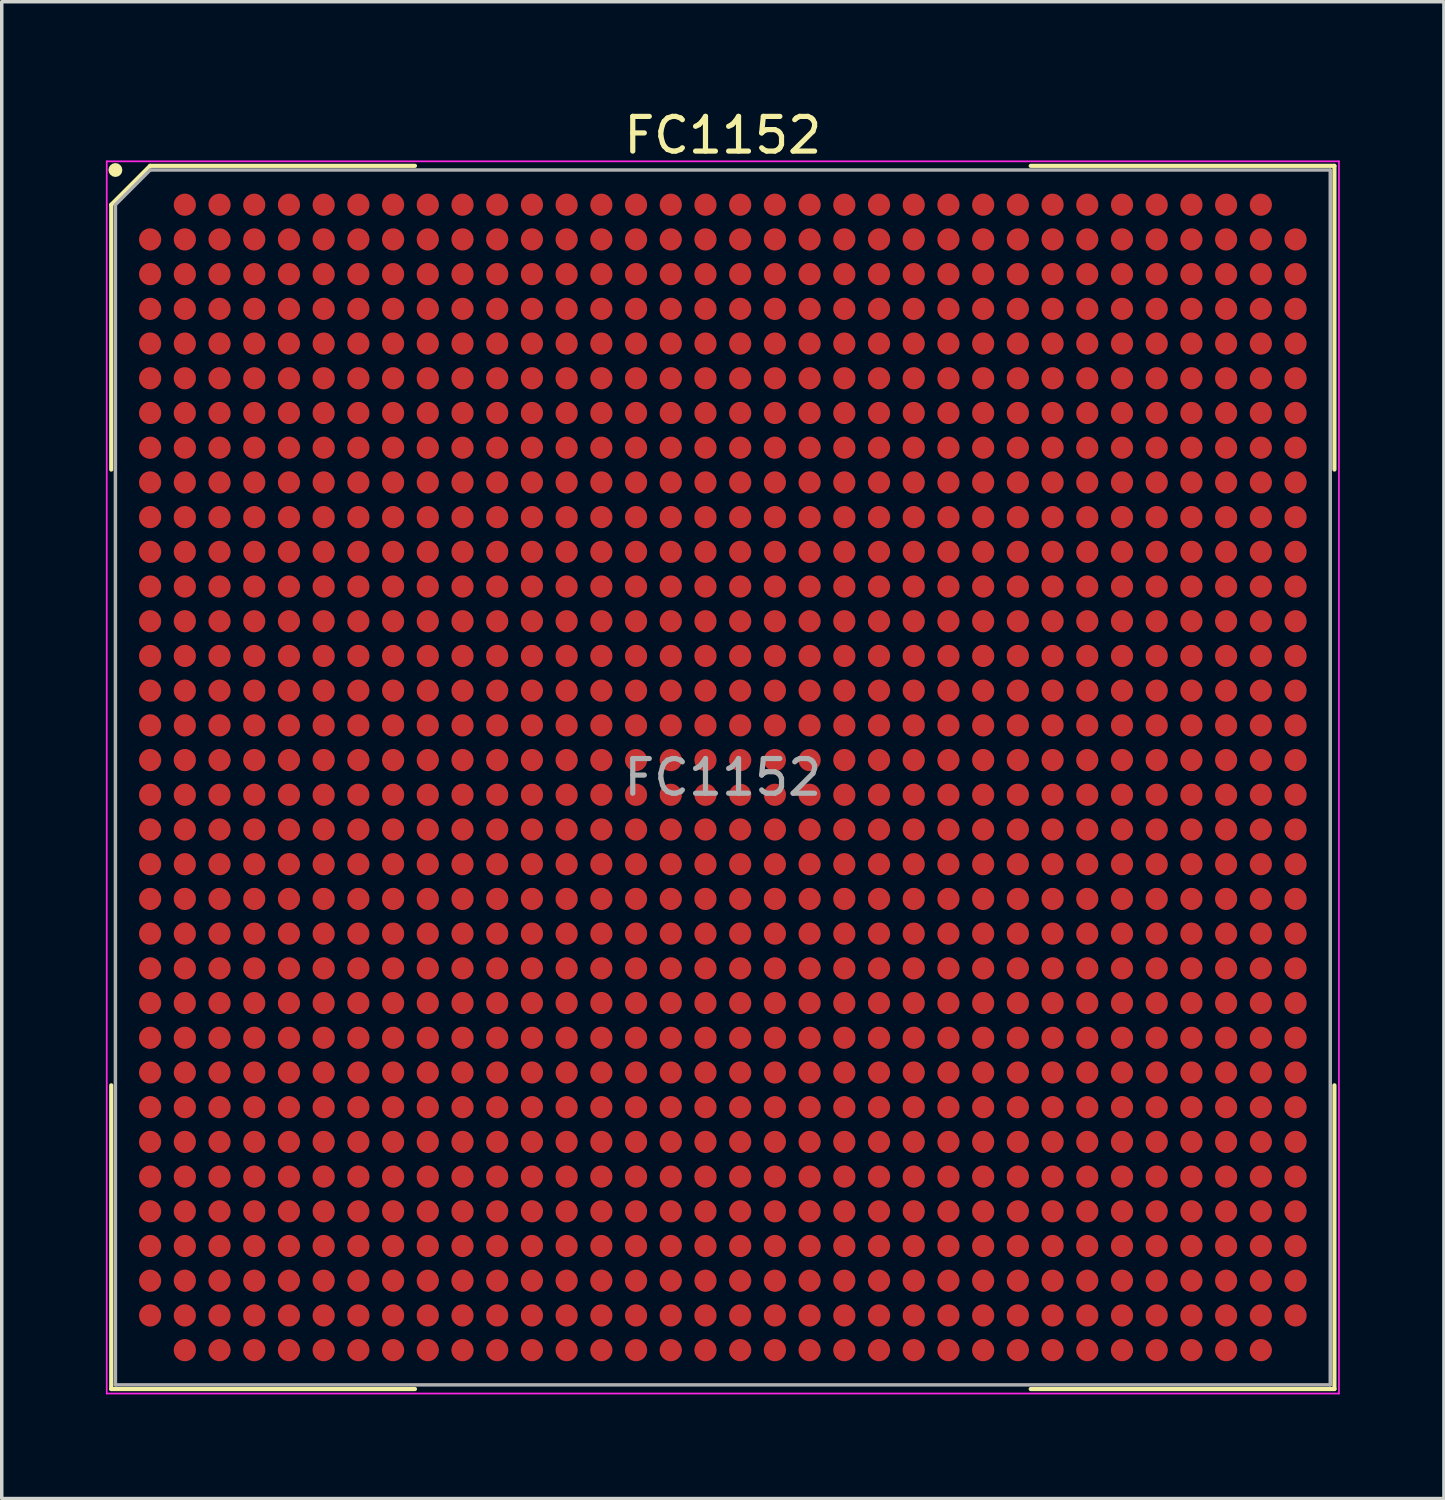
<source format=kicad_pcb>
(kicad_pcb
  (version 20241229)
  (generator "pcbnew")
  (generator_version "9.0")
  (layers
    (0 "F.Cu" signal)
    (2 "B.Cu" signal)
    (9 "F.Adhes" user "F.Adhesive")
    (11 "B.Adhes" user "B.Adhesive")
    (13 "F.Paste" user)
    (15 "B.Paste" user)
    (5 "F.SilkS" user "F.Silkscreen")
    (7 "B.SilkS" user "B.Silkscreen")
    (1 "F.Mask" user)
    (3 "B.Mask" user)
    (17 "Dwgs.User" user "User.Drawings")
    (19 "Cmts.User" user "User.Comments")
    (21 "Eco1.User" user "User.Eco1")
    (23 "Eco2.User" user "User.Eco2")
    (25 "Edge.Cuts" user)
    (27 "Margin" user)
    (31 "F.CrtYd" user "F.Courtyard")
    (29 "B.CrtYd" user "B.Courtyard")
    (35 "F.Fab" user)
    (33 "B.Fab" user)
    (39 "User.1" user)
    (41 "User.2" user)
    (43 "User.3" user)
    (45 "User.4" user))
  (footprint "FC1152"
    (layer "F.Cu")
    (at 17.775 19.348)
    (property "Reference" "FC1152" (at 0 -18.5 0) (layer "F.SilkS") (effects (font (size 1 1) (thickness 0.15))))
    (attr smd)
    (fp_line (start -17.62 -16.5) (end -17.62 -8.87) (stroke (width 0.12) (type default)) (layer "F.SilkS"))
    (fp_line (start -17.62 17.62) (end -17.62 8.87) (stroke (width 0.12) (type default)) (layer "F.SilkS"))
    (fp_line (start -16.5 -17.62) (end -17.62 -16.5) (stroke (width 0.12) (type default)) (layer "F.SilkS"))
    (fp_line (start -8.87 -17.62) (end -16.5 -17.62) (stroke (width 0.12) (type default)) (layer "F.SilkS"))
    (fp_line (start -8.87 17.62) (end -17.62 17.62) (stroke (width 0.12) (type default)) (layer "F.SilkS"))
    (fp_line (start 8.87 -17.62) (end 17.62 -17.62) (stroke (width 0.12) (type default)) (layer "F.SilkS"))
    (fp_line (start 8.87 17.62) (end 17.62 17.62) (stroke (width 0.12) (type default)) (layer "F.SilkS"))
    (fp_line (start 17.62 -17.62) (end 17.62 -8.87) (stroke (width 0.12) (type default)) (layer "F.SilkS"))
    (fp_line (start 17.62 17.62) (end 17.62 8.87) (stroke (width 0.12) (type default)) (layer "F.SilkS"))
    (fp_circle (center -17.5 -17.5) (end -17.5 -17.4) (stroke (width 0.2) (type default)) (fill no) (layer "F.SilkS"))
    (fp_line (start -17.75 -17.75) (end 17.75 -17.75) (stroke (width 0.05) (type default)) (layer "F.CrtYd"))
    (fp_line (start -17.75 17.75) (end -17.75 -17.75) (stroke (width 0.05) (type default)) (layer "F.CrtYd"))
    (fp_line (start 17.75 -17.75) (end 17.75 17.75) (stroke (width 0.05) (type default)) (layer "F.CrtYd"))
    (fp_line (start 17.75 17.75) (end -17.75 17.75) (stroke (width 0.05) (type default)) (layer "F.CrtYd"))
    (fp_line (start -17.5 -16.5) (end -17.5 17.5) (stroke (width 0.1) (type default)) (layer "F.Fab"))
    (fp_line (start -17.5 17.5) (end 17.5 17.5) (stroke (width 0.1) (type default)) (layer "F.Fab"))
    (fp_line (start -16.5 -17.5) (end -17.5 -16.5) (stroke (width 0.1) (type default)) (layer "F.Fab"))
    (fp_line (start 17.5 -17.5) (end -16.5 -17.5) (stroke (width 0.1) (type default)) (layer "F.Fab"))
    (fp_line (start 17.5 17.5) (end 17.5 -17.5) (stroke (width 0.1) (type default)) (layer "F.Fab"))
    (fp_text user "${REFERENCE}" (at 0 0 0) (layer "F.Fab") (effects (font (size 1 1) (thickness 0.15))))
    (pad "A2" smd circle (at -15.5 -16.5) (size 0.64 0.64) (layers "F.Cu" "F.Mask" "F.Paste"))
    (pad "A3" smd circle (at -14.5 -16.5) (size 0.64 0.64) (layers "F.Cu" "F.Mask" "F.Paste"))
    (pad "A4" smd circle (at -13.5 -16.5) (size 0.64 0.64) (layers "F.Cu" "F.Mask" "F.Paste"))
    (pad "A5" smd circle (at -12.5 -16.5) (size 0.64 0.64) (layers "F.Cu" "F.Mask" "F.Paste"))
    (pad "A6" smd circle (at -11.5 -16.5) (size 0.64 0.64) (layers "F.Cu" "F.Mask" "F.Paste"))
    (pad "A7" smd circle (at -10.5 -16.5) (size 0.64 0.64) (layers "F.Cu" "F.Mask" "F.Paste"))
    (pad "A8" smd circle (at -9.5 -16.5) (size 0.64 0.64) (layers "F.Cu" "F.Mask" "F.Paste"))
    (pad "A9" smd circle (at -8.5 -16.5) (size 0.64 0.64) (layers "F.Cu" "F.Mask" "F.Paste"))
    (pad "A10" smd circle (at -7.5 -16.5) (size 0.64 0.64) (layers "F.Cu" "F.Mask" "F.Paste"))
    (pad "A11" smd circle (at -6.5 -16.5) (size 0.64 0.64) (layers "F.Cu" "F.Mask" "F.Paste"))
    (pad "A12" smd circle (at -5.5 -16.5) (size 0.64 0.64) (layers "F.Cu" "F.Mask" "F.Paste"))
    (pad "A13" smd circle (at -4.5 -16.5) (size 0.64 0.64) (layers "F.Cu" "F.Mask" "F.Paste"))
    (pad "A14" smd circle (at -3.5 -16.5) (size 0.64 0.64) (layers "F.Cu" "F.Mask" "F.Paste"))
    (pad "A15" smd circle (at -2.5 -16.5) (size 0.64 0.64) (layers "F.Cu" "F.Mask" "F.Paste"))
    (pad "A16" smd circle (at -1.5 -16.5) (size 0.64 0.64) (layers "F.Cu" "F.Mask" "F.Paste"))
    (pad "A17" smd circle (at -0.5 -16.5) (size 0.64 0.64) (layers "F.Cu" "F.Mask" "F.Paste"))
    (pad "A18" smd circle (at 0.5 -16.5) (size 0.64 0.64) (layers "F.Cu" "F.Mask" "F.Paste"))
    (pad "A19" smd circle (at 1.5 -16.5) (size 0.64 0.64) (layers "F.Cu" "F.Mask" "F.Paste"))
    (pad "A20" smd circle (at 2.5 -16.5) (size 0.64 0.64) (layers "F.Cu" "F.Mask" "F.Paste"))
    (pad "A21" smd circle (at 3.5 -16.5) (size 0.64 0.64) (layers "F.Cu" "F.Mask" "F.Paste"))
    (pad "A22" smd circle (at 4.5 -16.5) (size 0.64 0.64) (layers "F.Cu" "F.Mask" "F.Paste"))
    (pad "A23" smd circle (at 5.5 -16.5) (size 0.64 0.64) (layers "F.Cu" "F.Mask" "F.Paste"))
    (pad "A24" smd circle (at 6.5 -16.5) (size 0.64 0.64) (layers "F.Cu" "F.Mask" "F.Paste"))
    (pad "A25" smd circle (at 7.5 -16.5) (size 0.64 0.64) (layers "F.Cu" "F.Mask" "F.Paste"))
    (pad "A26" smd circle (at 8.5 -16.5) (size 0.64 0.64) (layers "F.Cu" "F.Mask" "F.Paste"))
    (pad "A27" smd circle (at 9.5 -16.5) (size 0.64 0.64) (layers "F.Cu" "F.Mask" "F.Paste"))
    (pad "A28" smd circle (at 10.5 -16.5) (size 0.64 0.64) (layers "F.Cu" "F.Mask" "F.Paste"))
    (pad "A29" smd circle (at 11.5 -16.5) (size 0.64 0.64) (layers "F.Cu" "F.Mask" "F.Paste"))
    (pad "A30" smd circle (at 12.5 -16.5) (size 0.64 0.64) (layers "F.Cu" "F.Mask" "F.Paste"))
    (pad "A31" smd circle (at 13.5 -16.5) (size 0.64 0.64) (layers "F.Cu" "F.Mask" "F.Paste"))
    (pad "A32" smd circle (at 14.5 -16.5) (size 0.64 0.64) (layers "F.Cu" "F.Mask" "F.Paste"))
    (pad "A33" smd circle (at 15.5 -16.5) (size 0.64 0.64) (layers "F.Cu" "F.Mask" "F.Paste"))
    (pad "AA1" smd circle (at -16.5 3.5) (size 0.64 0.64) (layers "F.Cu" "F.Mask" "F.Paste"))
    (pad "AA2" smd circle (at -15.5 3.5) (size 0.64 0.64) (layers "F.Cu" "F.Mask" "F.Paste"))
    (pad "AA3" smd circle (at -14.5 3.5) (size 0.64 0.64) (layers "F.Cu" "F.Mask" "F.Paste"))
    (pad "AA4" smd circle (at -13.5 3.5) (size 0.64 0.64) (layers "F.Cu" "F.Mask" "F.Paste"))
    (pad "AA5" smd circle (at -12.5 3.5) (size 0.64 0.64) (layers "F.Cu" "F.Mask" "F.Paste"))
    (pad "AA6" smd circle (at -11.5 3.5) (size 0.64 0.64) (layers "F.Cu" "F.Mask" "F.Paste"))
    (pad "AA7" smd circle (at -10.5 3.5) (size 0.64 0.64) (layers "F.Cu" "F.Mask" "F.Paste"))
    (pad "AA8" smd circle (at -9.5 3.5) (size 0.64 0.64) (layers "F.Cu" "F.Mask" "F.Paste"))
    (pad "AA9" smd circle (at -8.5 3.5) (size 0.64 0.64) (layers "F.Cu" "F.Mask" "F.Paste"))
    (pad "AA10" smd circle (at -7.5 3.5) (size 0.64 0.64) (layers "F.Cu" "F.Mask" "F.Paste"))
    (pad "AA11" smd circle (at -6.5 3.5) (size 0.64 0.64) (layers "F.Cu" "F.Mask" "F.Paste"))
    (pad "AA12" smd circle (at -5.5 3.5) (size 0.64 0.64) (layers "F.Cu" "F.Mask" "F.Paste"))
    (pad "AA13" smd circle (at -4.5 3.5) (size 0.64 0.64) (layers "F.Cu" "F.Mask" "F.Paste"))
    (pad "AA14" smd circle (at -3.5 3.5) (size 0.64 0.64) (layers "F.Cu" "F.Mask" "F.Paste"))
    (pad "AA15" smd circle (at -2.5 3.5) (size 0.64 0.64) (layers "F.Cu" "F.Mask" "F.Paste"))
    (pad "AA16" smd circle (at -1.5 3.5) (size 0.64 0.64) (layers "F.Cu" "F.Mask" "F.Paste"))
    (pad "AA17" smd circle (at -0.5 3.5) (size 0.64 0.64) (layers "F.Cu" "F.Mask" "F.Paste"))
    (pad "AA18" smd circle (at 0.5 3.5) (size 0.64 0.64) (layers "F.Cu" "F.Mask" "F.Paste"))
    (pad "AA19" smd circle (at 1.5 3.5) (size 0.64 0.64) (layers "F.Cu" "F.Mask" "F.Paste"))
    (pad "AA20" smd circle (at 2.5 3.5) (size 0.64 0.64) (layers "F.Cu" "F.Mask" "F.Paste"))
    (pad "AA21" smd circle (at 3.5 3.5) (size 0.64 0.64) (layers "F.Cu" "F.Mask" "F.Paste"))
    (pad "AA22" smd circle (at 4.5 3.5) (size 0.64 0.64) (layers "F.Cu" "F.Mask" "F.Paste"))
    (pad "AA23" smd circle (at 5.5 3.5) (size 0.64 0.64) (layers "F.Cu" "F.Mask" "F.Paste"))
    (pad "AA24" smd circle (at 6.5 3.5) (size 0.64 0.64) (layers "F.Cu" "F.Mask" "F.Paste"))
    (pad "AA25" smd circle (at 7.5 3.5) (size 0.64 0.64) (layers "F.Cu" "F.Mask" "F.Paste"))
    (pad "AA26" smd circle (at 8.5 3.5) (size 0.64 0.64) (layers "F.Cu" "F.Mask" "F.Paste"))
    (pad "AA27" smd circle (at 9.5 3.5) (size 0.64 0.64) (layers "F.Cu" "F.Mask" "F.Paste"))
    (pad "AA28" smd circle (at 10.5 3.5) (size 0.64 0.64) (layers "F.Cu" "F.Mask" "F.Paste"))
    (pad "AA29" smd circle (at 11.5 3.5) (size 0.64 0.64) (layers "F.Cu" "F.Mask" "F.Paste"))
    (pad "AA30" smd circle (at 12.5 3.5) (size 0.64 0.64) (layers "F.Cu" "F.Mask" "F.Paste"))
    (pad "AA31" smd circle (at 13.5 3.5) (size 0.64 0.64) (layers "F.Cu" "F.Mask" "F.Paste"))
    (pad "AA32" smd circle (at 14.5 3.5) (size 0.64 0.64) (layers "F.Cu" "F.Mask" "F.Paste"))
    (pad "AA33" smd circle (at 15.5 3.5) (size 0.64 0.64) (layers "F.Cu" "F.Mask" "F.Paste"))
    (pad "AA34" smd circle (at 16.5 3.5) (size 0.64 0.64) (layers "F.Cu" "F.Mask" "F.Paste"))
    (pad "AB1" smd circle (at -16.5 4.5) (size 0.64 0.64) (layers "F.Cu" "F.Mask" "F.Paste"))
    (pad "AB2" smd circle (at -15.5 4.5) (size 0.64 0.64) (layers "F.Cu" "F.Mask" "F.Paste"))
    (pad "AB3" smd circle (at -14.5 4.5) (size 0.64 0.64) (layers "F.Cu" "F.Mask" "F.Paste"))
    (pad "AB4" smd circle (at -13.5 4.5) (size 0.64 0.64) (layers "F.Cu" "F.Mask" "F.Paste"))
    (pad "AB5" smd circle (at -12.5 4.5) (size 0.64 0.64) (layers "F.Cu" "F.Mask" "F.Paste"))
    (pad "AB6" smd circle (at -11.5 4.5) (size 0.64 0.64) (layers "F.Cu" "F.Mask" "F.Paste"))
    (pad "AB7" smd circle (at -10.5 4.5) (size 0.64 0.64) (layers "F.Cu" "F.Mask" "F.Paste"))
    (pad "AB8" smd circle (at -9.5 4.5) (size 0.64 0.64) (layers "F.Cu" "F.Mask" "F.Paste"))
    (pad "AB9" smd circle (at -8.5 4.5) (size 0.64 0.64) (layers "F.Cu" "F.Mask" "F.Paste"))
    (pad "AB10" smd circle (at -7.5 4.5) (size 0.64 0.64) (layers "F.Cu" "F.Mask" "F.Paste"))
    (pad "AB11" smd circle (at -6.5 4.5) (size 0.64 0.64) (layers "F.Cu" "F.Mask" "F.Paste"))
    (pad "AB12" smd circle (at -5.5 4.5) (size 0.64 0.64) (layers "F.Cu" "F.Mask" "F.Paste"))
    (pad "AB13" smd circle (at -4.5 4.5) (size 0.64 0.64) (layers "F.Cu" "F.Mask" "F.Paste"))
    (pad "AB14" smd circle (at -3.5 4.5) (size 0.64 0.64) (layers "F.Cu" "F.Mask" "F.Paste"))
    (pad "AB15" smd circle (at -2.5 4.5) (size 0.64 0.64) (layers "F.Cu" "F.Mask" "F.Paste"))
    (pad "AB16" smd circle (at -1.5 4.5) (size 0.64 0.64) (layers "F.Cu" "F.Mask" "F.Paste"))
    (pad "AB17" smd circle (at -0.5 4.5) (size 0.64 0.64) (layers "F.Cu" "F.Mask" "F.Paste"))
    (pad "AB18" smd circle (at 0.5 4.5) (size 0.64 0.64) (layers "F.Cu" "F.Mask" "F.Paste"))
    (pad "AB19" smd circle (at 1.5 4.5) (size 0.64 0.64) (layers "F.Cu" "F.Mask" "F.Paste"))
    (pad "AB20" smd circle (at 2.5 4.5) (size 0.64 0.64) (layers "F.Cu" "F.Mask" "F.Paste"))
    (pad "AB21" smd circle (at 3.5 4.5) (size 0.64 0.64) (layers "F.Cu" "F.Mask" "F.Paste"))
    (pad "AB22" smd circle (at 4.5 4.5) (size 0.64 0.64) (layers "F.Cu" "F.Mask" "F.Paste"))
    (pad "AB23" smd circle (at 5.5 4.5) (size 0.64 0.64) (layers "F.Cu" "F.Mask" "F.Paste"))
    (pad "AB24" smd circle (at 6.5 4.5) (size 0.64 0.64) (layers "F.Cu" "F.Mask" "F.Paste"))
    (pad "AB25" smd circle (at 7.5 4.5) (size 0.64 0.64) (layers "F.Cu" "F.Mask" "F.Paste"))
    (pad "AB26" smd circle (at 8.5 4.5) (size 0.64 0.64) (layers "F.Cu" "F.Mask" "F.Paste"))
    (pad "AB27" smd circle (at 9.5 4.5) (size 0.64 0.64) (layers "F.Cu" "F.Mask" "F.Paste"))
    (pad "AB28" smd circle (at 10.5 4.5) (size 0.64 0.64) (layers "F.Cu" "F.Mask" "F.Paste"))
    (pad "AB29" smd circle (at 11.5 4.5) (size 0.64 0.64) (layers "F.Cu" "F.Mask" "F.Paste"))
    (pad "AB30" smd circle (at 12.5 4.5) (size 0.64 0.64) (layers "F.Cu" "F.Mask" "F.Paste"))
    (pad "AB31" smd circle (at 13.5 4.5) (size 0.64 0.64) (layers "F.Cu" "F.Mask" "F.Paste"))
    (pad "AB32" smd circle (at 14.5 4.5) (size 0.64 0.64) (layers "F.Cu" "F.Mask" "F.Paste"))
    (pad "AB33" smd circle (at 15.5 4.5) (size 0.64 0.64) (layers "F.Cu" "F.Mask" "F.Paste"))
    (pad "AB34" smd circle (at 16.5 4.5) (size 0.64 0.64) (layers "F.Cu" "F.Mask" "F.Paste"))
    (pad "AC1" smd circle (at -16.5 5.5) (size 0.64 0.64) (layers "F.Cu" "F.Mask" "F.Paste"))
    (pad "AC2" smd circle (at -15.5 5.5) (size 0.64 0.64) (layers "F.Cu" "F.Mask" "F.Paste"))
    (pad "AC3" smd circle (at -14.5 5.5) (size 0.64 0.64) (layers "F.Cu" "F.Mask" "F.Paste"))
    (pad "AC4" smd circle (at -13.5 5.5) (size 0.64 0.64) (layers "F.Cu" "F.Mask" "F.Paste"))
    (pad "AC5" smd circle (at -12.5 5.5) (size 0.64 0.64) (layers "F.Cu" "F.Mask" "F.Paste"))
    (pad "AC6" smd circle (at -11.5 5.5) (size 0.64 0.64) (layers "F.Cu" "F.Mask" "F.Paste"))
    (pad "AC7" smd circle (at -10.5 5.5) (size 0.64 0.64) (layers "F.Cu" "F.Mask" "F.Paste"))
    (pad "AC8" smd circle (at -9.5 5.5) (size 0.64 0.64) (layers "F.Cu" "F.Mask" "F.Paste"))
    (pad "AC9" smd circle (at -8.5 5.5) (size 0.64 0.64) (layers "F.Cu" "F.Mask" "F.Paste"))
    (pad "AC10" smd circle (at -7.5 5.5) (size 0.64 0.64) (layers "F.Cu" "F.Mask" "F.Paste"))
    (pad "AC11" smd circle (at -6.5 5.5) (size 0.64 0.64) (layers "F.Cu" "F.Mask" "F.Paste"))
    (pad "AC12" smd circle (at -5.5 5.5) (size 0.64 0.64) (layers "F.Cu" "F.Mask" "F.Paste"))
    (pad "AC13" smd circle (at -4.5 5.5) (size 0.64 0.64) (layers "F.Cu" "F.Mask" "F.Paste"))
    (pad "AC14" smd circle (at -3.5 5.5) (size 0.64 0.64) (layers "F.Cu" "F.Mask" "F.Paste"))
    (pad "AC15" smd circle (at -2.5 5.5) (size 0.64 0.64) (layers "F.Cu" "F.Mask" "F.Paste"))
    (pad "AC16" smd circle (at -1.5 5.5) (size 0.64 0.64) (layers "F.Cu" "F.Mask" "F.Paste"))
    (pad "AC17" smd circle (at -0.5 5.5) (size 0.64 0.64) (layers "F.Cu" "F.Mask" "F.Paste"))
    (pad "AC18" smd circle (at 0.5 5.5) (size 0.64 0.64) (layers "F.Cu" "F.Mask" "F.Paste"))
    (pad "AC19" smd circle (at 1.5 5.5) (size 0.64 0.64) (layers "F.Cu" "F.Mask" "F.Paste"))
    (pad "AC20" smd circle (at 2.5 5.5) (size 0.64 0.64) (layers "F.Cu" "F.Mask" "F.Paste"))
    (pad "AC21" smd circle (at 3.5 5.5) (size 0.64 0.64) (layers "F.Cu" "F.Mask" "F.Paste"))
    (pad "AC22" smd circle (at 4.5 5.5) (size 0.64 0.64) (layers "F.Cu" "F.Mask" "F.Paste"))
    (pad "AC23" smd circle (at 5.5 5.5) (size 0.64 0.64) (layers "F.Cu" "F.Mask" "F.Paste"))
    (pad "AC24" smd circle (at 6.5 5.5) (size 0.64 0.64) (layers "F.Cu" "F.Mask" "F.Paste"))
    (pad "AC25" smd circle (at 7.5 5.5) (size 0.64 0.64) (layers "F.Cu" "F.Mask" "F.Paste"))
    (pad "AC26" smd circle (at 8.5 5.5) (size 0.64 0.64) (layers "F.Cu" "F.Mask" "F.Paste"))
    (pad "AC27" smd circle (at 9.5 5.5) (size 0.64 0.64) (layers "F.Cu" "F.Mask" "F.Paste"))
    (pad "AC28" smd circle (at 10.5 5.5) (size 0.64 0.64) (layers "F.Cu" "F.Mask" "F.Paste"))
    (pad "AC29" smd circle (at 11.5 5.5) (size 0.64 0.64) (layers "F.Cu" "F.Mask" "F.Paste"))
    (pad "AC30" smd circle (at 12.5 5.5) (size 0.64 0.64) (layers "F.Cu" "F.Mask" "F.Paste"))
    (pad "AC31" smd circle (at 13.5 5.5) (size 0.64 0.64) (layers "F.Cu" "F.Mask" "F.Paste"))
    (pad "AC32" smd circle (at 14.5 5.5) (size 0.64 0.64) (layers "F.Cu" "F.Mask" "F.Paste"))
    (pad "AC33" smd circle (at 15.5 5.5) (size 0.64 0.64) (layers "F.Cu" "F.Mask" "F.Paste"))
    (pad "AC34" smd circle (at 16.5 5.5) (size 0.64 0.64) (layers "F.Cu" "F.Mask" "F.Paste"))
    (pad "AD1" smd circle (at -16.5 6.5) (size 0.64 0.64) (layers "F.Cu" "F.Mask" "F.Paste"))
    (pad "AD2" smd circle (at -15.5 6.5) (size 0.64 0.64) (layers "F.Cu" "F.Mask" "F.Paste"))
    (pad "AD3" smd circle (at -14.5 6.5) (size 0.64 0.64) (layers "F.Cu" "F.Mask" "F.Paste"))
    (pad "AD4" smd circle (at -13.5 6.5) (size 0.64 0.64) (layers "F.Cu" "F.Mask" "F.Paste"))
    (pad "AD5" smd circle (at -12.5 6.5) (size 0.64 0.64) (layers "F.Cu" "F.Mask" "F.Paste"))
    (pad "AD6" smd circle (at -11.5 6.5) (size 0.64 0.64) (layers "F.Cu" "F.Mask" "F.Paste"))
    (pad "AD7" smd circle (at -10.5 6.5) (size 0.64 0.64) (layers "F.Cu" "F.Mask" "F.Paste"))
    (pad "AD8" smd circle (at -9.5 6.5) (size 0.64 0.64) (layers "F.Cu" "F.Mask" "F.Paste"))
    (pad "AD9" smd circle (at -8.5 6.5) (size 0.64 0.64) (layers "F.Cu" "F.Mask" "F.Paste"))
    (pad "AD10" smd circle (at -7.5 6.5) (size 0.64 0.64) (layers "F.Cu" "F.Mask" "F.Paste"))
    (pad "AD11" smd circle (at -6.5 6.5) (size 0.64 0.64) (layers "F.Cu" "F.Mask" "F.Paste"))
    (pad "AD12" smd circle (at -5.5 6.5) (size 0.64 0.64) (layers "F.Cu" "F.Mask" "F.Paste"))
    (pad "AD13" smd circle (at -4.5 6.5) (size 0.64 0.64) (layers "F.Cu" "F.Mask" "F.Paste"))
    (pad "AD14" smd circle (at -3.5 6.5) (size 0.64 0.64) (layers "F.Cu" "F.Mask" "F.Paste"))
    (pad "AD15" smd circle (at -2.5 6.5) (size 0.64 0.64) (layers "F.Cu" "F.Mask" "F.Paste"))
    (pad "AD16" smd circle (at -1.5 6.5) (size 0.64 0.64) (layers "F.Cu" "F.Mask" "F.Paste"))
    (pad "AD17" smd circle (at -0.5 6.5) (size 0.64 0.64) (layers "F.Cu" "F.Mask" "F.Paste"))
    (pad "AD18" smd circle (at 0.5 6.5) (size 0.64 0.64) (layers "F.Cu" "F.Mask" "F.Paste"))
    (pad "AD19" smd circle (at 1.5 6.5) (size 0.64 0.64) (layers "F.Cu" "F.Mask" "F.Paste"))
    (pad "AD20" smd circle (at 2.5 6.5) (size 0.64 0.64) (layers "F.Cu" "F.Mask" "F.Paste"))
    (pad "AD21" smd circle (at 3.5 6.5) (size 0.64 0.64) (layers "F.Cu" "F.Mask" "F.Paste"))
    (pad "AD22" smd circle (at 4.5 6.5) (size 0.64 0.64) (layers "F.Cu" "F.Mask" "F.Paste"))
    (pad "AD23" smd circle (at 5.5 6.5) (size 0.64 0.64) (layers "F.Cu" "F.Mask" "F.Paste"))
    (pad "AD24" smd circle (at 6.5 6.5) (size 0.64 0.64) (layers "F.Cu" "F.Mask" "F.Paste"))
    (pad "AD25" smd circle (at 7.5 6.5) (size 0.64 0.64) (layers "F.Cu" "F.Mask" "F.Paste"))
    (pad "AD26" smd circle (at 8.5 6.5) (size 0.64 0.64) (layers "F.Cu" "F.Mask" "F.Paste"))
    (pad "AD27" smd circle (at 9.5 6.5) (size 0.64 0.64) (layers "F.Cu" "F.Mask" "F.Paste"))
    (pad "AD28" smd circle (at 10.5 6.5) (size 0.64 0.64) (layers "F.Cu" "F.Mask" "F.Paste"))
    (pad "AD29" smd circle (at 11.5 6.5) (size 0.64 0.64) (layers "F.Cu" "F.Mask" "F.Paste"))
    (pad "AD30" smd circle (at 12.5 6.5) (size 0.64 0.64) (layers "F.Cu" "F.Mask" "F.Paste"))
    (pad "AD31" smd circle (at 13.5 6.5) (size 0.64 0.64) (layers "F.Cu" "F.Mask" "F.Paste"))
    (pad "AD32" smd circle (at 14.5 6.5) (size 0.64 0.64) (layers "F.Cu" "F.Mask" "F.Paste"))
    (pad "AD33" smd circle (at 15.5 6.5) (size 0.64 0.64) (layers "F.Cu" "F.Mask" "F.Paste"))
    (pad "AD34" smd circle (at 16.5 6.5) (size 0.64 0.64) (layers "F.Cu" "F.Mask" "F.Paste"))
    (pad "AE1" smd circle (at -16.5 7.5) (size 0.64 0.64) (layers "F.Cu" "F.Mask" "F.Paste"))
    (pad "AE2" smd circle (at -15.5 7.5) (size 0.64 0.64) (layers "F.Cu" "F.Mask" "F.Paste"))
    (pad "AE3" smd circle (at -14.5 7.5) (size 0.64 0.64) (layers "F.Cu" "F.Mask" "F.Paste"))
    (pad "AE4" smd circle (at -13.5 7.5) (size 0.64 0.64) (layers "F.Cu" "F.Mask" "F.Paste"))
    (pad "AE5" smd circle (at -12.5 7.5) (size 0.64 0.64) (layers "F.Cu" "F.Mask" "F.Paste"))
    (pad "AE6" smd circle (at -11.5 7.5) (size 0.64 0.64) (layers "F.Cu" "F.Mask" "F.Paste"))
    (pad "AE7" smd circle (at -10.5 7.5) (size 0.64 0.64) (layers "F.Cu" "F.Mask" "F.Paste"))
    (pad "AE8" smd circle (at -9.5 7.5) (size 0.64 0.64) (layers "F.Cu" "F.Mask" "F.Paste"))
    (pad "AE9" smd circle (at -8.5 7.5) (size 0.64 0.64) (layers "F.Cu" "F.Mask" "F.Paste"))
    (pad "AE10" smd circle (at -7.5 7.5) (size 0.64 0.64) (layers "F.Cu" "F.Mask" "F.Paste"))
    (pad "AE11" smd circle (at -6.5 7.5) (size 0.64 0.64) (layers "F.Cu" "F.Mask" "F.Paste"))
    (pad "AE12" smd circle (at -5.5 7.5) (size 0.64 0.64) (layers "F.Cu" "F.Mask" "F.Paste"))
    (pad "AE13" smd circle (at -4.5 7.5) (size 0.64 0.64) (layers "F.Cu" "F.Mask" "F.Paste"))
    (pad "AE14" smd circle (at -3.5 7.5) (size 0.64 0.64) (layers "F.Cu" "F.Mask" "F.Paste"))
    (pad "AE15" smd circle (at -2.5 7.5) (size 0.64 0.64) (layers "F.Cu" "F.Mask" "F.Paste"))
    (pad "AE16" smd circle (at -1.5 7.5) (size 0.64 0.64) (layers "F.Cu" "F.Mask" "F.Paste"))
    (pad "AE17" smd circle (at -0.5 7.5) (size 0.64 0.64) (layers "F.Cu" "F.Mask" "F.Paste"))
    (pad "AE18" smd circle (at 0.5 7.5) (size 0.64 0.64) (layers "F.Cu" "F.Mask" "F.Paste"))
    (pad "AE19" smd circle (at 1.5 7.5) (size 0.64 0.64) (layers "F.Cu" "F.Mask" "F.Paste"))
    (pad "AE20" smd circle (at 2.5 7.5) (size 0.64 0.64) (layers "F.Cu" "F.Mask" "F.Paste"))
    (pad "AE21" smd circle (at 3.5 7.5) (size 0.64 0.64) (layers "F.Cu" "F.Mask" "F.Paste"))
    (pad "AE22" smd circle (at 4.5 7.5) (size 0.64 0.64) (layers "F.Cu" "F.Mask" "F.Paste"))
    (pad "AE23" smd circle (at 5.5 7.5) (size 0.64 0.64) (layers "F.Cu" "F.Mask" "F.Paste"))
    (pad "AE24" smd circle (at 6.5 7.5) (size 0.64 0.64) (layers "F.Cu" "F.Mask" "F.Paste"))
    (pad "AE25" smd circle (at 7.5 7.5) (size 0.64 0.64) (layers "F.Cu" "F.Mask" "F.Paste"))
    (pad "AE26" smd circle (at 8.5 7.5) (size 0.64 0.64) (layers "F.Cu" "F.Mask" "F.Paste"))
    (pad "AE27" smd circle (at 9.5 7.5) (size 0.64 0.64) (layers "F.Cu" "F.Mask" "F.Paste"))
    (pad "AE28" smd circle (at 10.5 7.5) (size 0.64 0.64) (layers "F.Cu" "F.Mask" "F.Paste"))
    (pad "AE29" smd circle (at 11.5 7.5) (size 0.64 0.64) (layers "F.Cu" "F.Mask" "F.Paste"))
    (pad "AE30" smd circle (at 12.5 7.5) (size 0.64 0.64) (layers "F.Cu" "F.Mask" "F.Paste"))
    (pad "AE31" smd circle (at 13.5 7.5) (size 0.64 0.64) (layers "F.Cu" "F.Mask" "F.Paste"))
    (pad "AE32" smd circle (at 14.5 7.5) (size 0.64 0.64) (layers "F.Cu" "F.Mask" "F.Paste"))
    (pad "AE33" smd circle (at 15.5 7.5) (size 0.64 0.64) (layers "F.Cu" "F.Mask" "F.Paste"))
    (pad "AE34" smd circle (at 16.5 7.5) (size 0.64 0.64) (layers "F.Cu" "F.Mask" "F.Paste"))
    (pad "AF1" smd circle (at -16.5 8.5) (size 0.64 0.64) (layers "F.Cu" "F.Mask" "F.Paste"))
    (pad "AF2" smd circle (at -15.5 8.5) (size 0.64 0.64) (layers "F.Cu" "F.Mask" "F.Paste"))
    (pad "AF3" smd circle (at -14.5 8.5) (size 0.64 0.64) (layers "F.Cu" "F.Mask" "F.Paste"))
    (pad "AF4" smd circle (at -13.5 8.5) (size 0.64 0.64) (layers "F.Cu" "F.Mask" "F.Paste"))
    (pad "AF5" smd circle (at -12.5 8.5) (size 0.64 0.64) (layers "F.Cu" "F.Mask" "F.Paste"))
    (pad "AF6" smd circle (at -11.5 8.5) (size 0.64 0.64) (layers "F.Cu" "F.Mask" "F.Paste"))
    (pad "AF7" smd circle (at -10.5 8.5) (size 0.64 0.64) (layers "F.Cu" "F.Mask" "F.Paste"))
    (pad "AF8" smd circle (at -9.5 8.5) (size 0.64 0.64) (layers "F.Cu" "F.Mask" "F.Paste"))
    (pad "AF9" smd circle (at -8.5 8.5) (size 0.64 0.64) (layers "F.Cu" "F.Mask" "F.Paste"))
    (pad "AF10" smd circle (at -7.5 8.5) (size 0.64 0.64) (layers "F.Cu" "F.Mask" "F.Paste"))
    (pad "AF11" smd circle (at -6.5 8.5) (size 0.64 0.64) (layers "F.Cu" "F.Mask" "F.Paste"))
    (pad "AF12" smd circle (at -5.5 8.5) (size 0.64 0.64) (layers "F.Cu" "F.Mask" "F.Paste"))
    (pad "AF13" smd circle (at -4.5 8.5) (size 0.64 0.64) (layers "F.Cu" "F.Mask" "F.Paste"))
    (pad "AF14" smd circle (at -3.5 8.5) (size 0.64 0.64) (layers "F.Cu" "F.Mask" "F.Paste"))
    (pad "AF15" smd circle (at -2.5 8.5) (size 0.64 0.64) (layers "F.Cu" "F.Mask" "F.Paste"))
    (pad "AF16" smd circle (at -1.5 8.5) (size 0.64 0.64) (layers "F.Cu" "F.Mask" "F.Paste"))
    (pad "AF17" smd circle (at -0.5 8.5) (size 0.64 0.64) (layers "F.Cu" "F.Mask" "F.Paste"))
    (pad "AF18" smd circle (at 0.5 8.5) (size 0.64 0.64) (layers "F.Cu" "F.Mask" "F.Paste"))
    (pad "AF19" smd circle (at 1.5 8.5) (size 0.64 0.64) (layers "F.Cu" "F.Mask" "F.Paste"))
    (pad "AF20" smd circle (at 2.5 8.5) (size 0.64 0.64) (layers "F.Cu" "F.Mask" "F.Paste"))
    (pad "AF21" smd circle (at 3.5 8.5) (size 0.64 0.64) (layers "F.Cu" "F.Mask" "F.Paste"))
    (pad "AF22" smd circle (at 4.5 8.5) (size 0.64 0.64) (layers "F.Cu" "F.Mask" "F.Paste"))
    (pad "AF23" smd circle (at 5.5 8.5) (size 0.64 0.64) (layers "F.Cu" "F.Mask" "F.Paste"))
    (pad "AF24" smd circle (at 6.5 8.5) (size 0.64 0.64) (layers "F.Cu" "F.Mask" "F.Paste"))
    (pad "AF25" smd circle (at 7.5 8.5) (size 0.64 0.64) (layers "F.Cu" "F.Mask" "F.Paste"))
    (pad "AF26" smd circle (at 8.5 8.5) (size 0.64 0.64) (layers "F.Cu" "F.Mask" "F.Paste"))
    (pad "AF27" smd circle (at 9.5 8.5) (size 0.64 0.64) (layers "F.Cu" "F.Mask" "F.Paste"))
    (pad "AF28" smd circle (at 10.5 8.5) (size 0.64 0.64) (layers "F.Cu" "F.Mask" "F.Paste"))
    (pad "AF29" smd circle (at 11.5 8.5) (size 0.64 0.64) (layers "F.Cu" "F.Mask" "F.Paste"))
    (pad "AF30" smd circle (at 12.5 8.5) (size 0.64 0.64) (layers "F.Cu" "F.Mask" "F.Paste"))
    (pad "AF31" smd circle (at 13.5 8.5) (size 0.64 0.64) (layers "F.Cu" "F.Mask" "F.Paste"))
    (pad "AF32" smd circle (at 14.5 8.5) (size 0.64 0.64) (layers "F.Cu" "F.Mask" "F.Paste"))
    (pad "AF33" smd circle (at 15.5 8.5) (size 0.64 0.64) (layers "F.Cu" "F.Mask" "F.Paste"))
    (pad "AF34" smd circle (at 16.5 8.5) (size 0.64 0.64) (layers "F.Cu" "F.Mask" "F.Paste"))
    (pad "AG1" smd circle (at -16.5 9.5) (size 0.64 0.64) (layers "F.Cu" "F.Mask" "F.Paste"))
    (pad "AG2" smd circle (at -15.5 9.5) (size 0.64 0.64) (layers "F.Cu" "F.Mask" "F.Paste"))
    (pad "AG3" smd circle (at -14.5 9.5) (size 0.64 0.64) (layers "F.Cu" "F.Mask" "F.Paste"))
    (pad "AG4" smd circle (at -13.5 9.5) (size 0.64 0.64) (layers "F.Cu" "F.Mask" "F.Paste"))
    (pad "AG5" smd circle (at -12.5 9.5) (size 0.64 0.64) (layers "F.Cu" "F.Mask" "F.Paste"))
    (pad "AG6" smd circle (at -11.5 9.5) (size 0.64 0.64) (layers "F.Cu" "F.Mask" "F.Paste"))
    (pad "AG7" smd circle (at -10.5 9.5) (size 0.64 0.64) (layers "F.Cu" "F.Mask" "F.Paste"))
    (pad "AG8" smd circle (at -9.5 9.5) (size 0.64 0.64) (layers "F.Cu" "F.Mask" "F.Paste"))
    (pad "AG9" smd circle (at -8.5 9.5) (size 0.64 0.64) (layers "F.Cu" "F.Mask" "F.Paste"))
    (pad "AG10" smd circle (at -7.5 9.5) (size 0.64 0.64) (layers "F.Cu" "F.Mask" "F.Paste"))
    (pad "AG11" smd circle (at -6.5 9.5) (size 0.64 0.64) (layers "F.Cu" "F.Mask" "F.Paste"))
    (pad "AG12" smd circle (at -5.5 9.5) (size 0.64 0.64) (layers "F.Cu" "F.Mask" "F.Paste"))
    (pad "AG13" smd circle (at -4.5 9.5) (size 0.64 0.64) (layers "F.Cu" "F.Mask" "F.Paste"))
    (pad "AG14" smd circle (at -3.5 9.5) (size 0.64 0.64) (layers "F.Cu" "F.Mask" "F.Paste"))
    (pad "AG15" smd circle (at -2.5 9.5) (size 0.64 0.64) (layers "F.Cu" "F.Mask" "F.Paste"))
    (pad "AG16" smd circle (at -1.5 9.5) (size 0.64 0.64) (layers "F.Cu" "F.Mask" "F.Paste"))
    (pad "AG17" smd circle (at -0.5 9.5) (size 0.64 0.64) (layers "F.Cu" "F.Mask" "F.Paste"))
    (pad "AG18" smd circle (at 0.5 9.5) (size 0.64 0.64) (layers "F.Cu" "F.Mask" "F.Paste"))
    (pad "AG19" smd circle (at 1.5 9.5) (size 0.64 0.64) (layers "F.Cu" "F.Mask" "F.Paste"))
    (pad "AG20" smd circle (at 2.5 9.5) (size 0.64 0.64) (layers "F.Cu" "F.Mask" "F.Paste"))
    (pad "AG21" smd circle (at 3.5 9.5) (size 0.64 0.64) (layers "F.Cu" "F.Mask" "F.Paste"))
    (pad "AG22" smd circle (at 4.5 9.5) (size 0.64 0.64) (layers "F.Cu" "F.Mask" "F.Paste"))
    (pad "AG23" smd circle (at 5.5 9.5) (size 0.64 0.64) (layers "F.Cu" "F.Mask" "F.Paste"))
    (pad "AG24" smd circle (at 6.5 9.5) (size 0.64 0.64) (layers "F.Cu" "F.Mask" "F.Paste"))
    (pad "AG25" smd circle (at 7.5 9.5) (size 0.64 0.64) (layers "F.Cu" "F.Mask" "F.Paste"))
    (pad "AG26" smd circle (at 8.5 9.5) (size 0.64 0.64) (layers "F.Cu" "F.Mask" "F.Paste"))
    (pad "AG27" smd circle (at 9.5 9.5) (size 0.64 0.64) (layers "F.Cu" "F.Mask" "F.Paste"))
    (pad "AG28" smd circle (at 10.5 9.5) (size 0.64 0.64) (layers "F.Cu" "F.Mask" "F.Paste"))
    (pad "AG29" smd circle (at 11.5 9.5) (size 0.64 0.64) (layers "F.Cu" "F.Mask" "F.Paste"))
    (pad "AG30" smd circle (at 12.5 9.5) (size 0.64 0.64) (layers "F.Cu" "F.Mask" "F.Paste"))
    (pad "AG31" smd circle (at 13.5 9.5) (size 0.64 0.64) (layers "F.Cu" "F.Mask" "F.Paste"))
    (pad "AG32" smd circle (at 14.5 9.5) (size 0.64 0.64) (layers "F.Cu" "F.Mask" "F.Paste"))
    (pad "AG33" smd circle (at 15.5 9.5) (size 0.64 0.64) (layers "F.Cu" "F.Mask" "F.Paste"))
    (pad "AG34" smd circle (at 16.5 9.5) (size 0.64 0.64) (layers "F.Cu" "F.Mask" "F.Paste"))
    (pad "AH1" smd circle (at -16.5 10.5) (size 0.64 0.64) (layers "F.Cu" "F.Mask" "F.Paste"))
    (pad "AH2" smd circle (at -15.5 10.5) (size 0.64 0.64) (layers "F.Cu" "F.Mask" "F.Paste"))
    (pad "AH3" smd circle (at -14.5 10.5) (size 0.64 0.64) (layers "F.Cu" "F.Mask" "F.Paste"))
    (pad "AH4" smd circle (at -13.5 10.5) (size 0.64 0.64) (layers "F.Cu" "F.Mask" "F.Paste"))
    (pad "AH5" smd circle (at -12.5 10.5) (size 0.64 0.64) (layers "F.Cu" "F.Mask" "F.Paste"))
    (pad "AH6" smd circle (at -11.5 10.5) (size 0.64 0.64) (layers "F.Cu" "F.Mask" "F.Paste"))
    (pad "AH7" smd circle (at -10.5 10.5) (size 0.64 0.64) (layers "F.Cu" "F.Mask" "F.Paste"))
    (pad "AH8" smd circle (at -9.5 10.5) (size 0.64 0.64) (layers "F.Cu" "F.Mask" "F.Paste"))
    (pad "AH9" smd circle (at -8.5 10.5) (size 0.64 0.64) (layers "F.Cu" "F.Mask" "F.Paste"))
    (pad "AH10" smd circle (at -7.5 10.5) (size 0.64 0.64) (layers "F.Cu" "F.Mask" "F.Paste"))
    (pad "AH11" smd circle (at -6.5 10.5) (size 0.64 0.64) (layers "F.Cu" "F.Mask" "F.Paste"))
    (pad "AH12" smd circle (at -5.5 10.5) (size 0.64 0.64) (layers "F.Cu" "F.Mask" "F.Paste"))
    (pad "AH13" smd circle (at -4.5 10.5) (size 0.64 0.64) (layers "F.Cu" "F.Mask" "F.Paste"))
    (pad "AH14" smd circle (at -3.5 10.5) (size 0.64 0.64) (layers "F.Cu" "F.Mask" "F.Paste"))
    (pad "AH15" smd circle (at -2.5 10.5) (size 0.64 0.64) (layers "F.Cu" "F.Mask" "F.Paste"))
    (pad "AH16" smd circle (at -1.5 10.5) (size 0.64 0.64) (layers "F.Cu" "F.Mask" "F.Paste"))
    (pad "AH17" smd circle (at -0.5 10.5) (size 0.64 0.64) (layers "F.Cu" "F.Mask" "F.Paste"))
    (pad "AH18" smd circle (at 0.5 10.5) (size 0.64 0.64) (layers "F.Cu" "F.Mask" "F.Paste"))
    (pad "AH19" smd circle (at 1.5 10.5) (size 0.64 0.64) (layers "F.Cu" "F.Mask" "F.Paste"))
    (pad "AH20" smd circle (at 2.5 10.5) (size 0.64 0.64) (layers "F.Cu" "F.Mask" "F.Paste"))
    (pad "AH21" smd circle (at 3.5 10.5) (size 0.64 0.64) (layers "F.Cu" "F.Mask" "F.Paste"))
    (pad "AH22" smd circle (at 4.5 10.5) (size 0.64 0.64) (layers "F.Cu" "F.Mask" "F.Paste"))
    (pad "AH23" smd circle (at 5.5 10.5) (size 0.64 0.64) (layers "F.Cu" "F.Mask" "F.Paste"))
    (pad "AH24" smd circle (at 6.5 10.5) (size 0.64 0.64) (layers "F.Cu" "F.Mask" "F.Paste"))
    (pad "AH25" smd circle (at 7.5 10.5) (size 0.64 0.64) (layers "F.Cu" "F.Mask" "F.Paste"))
    (pad "AH26" smd circle (at 8.5 10.5) (size 0.64 0.64) (layers "F.Cu" "F.Mask" "F.Paste"))
    (pad "AH27" smd circle (at 9.5 10.5) (size 0.64 0.64) (layers "F.Cu" "F.Mask" "F.Paste"))
    (pad "AH28" smd circle (at 10.5 10.5) (size 0.64 0.64) (layers "F.Cu" "F.Mask" "F.Paste"))
    (pad "AH29" smd circle (at 11.5 10.5) (size 0.64 0.64) (layers "F.Cu" "F.Mask" "F.Paste"))
    (pad "AH30" smd circle (at 12.5 10.5) (size 0.64 0.64) (layers "F.Cu" "F.Mask" "F.Paste"))
    (pad "AH31" smd circle (at 13.5 10.5) (size 0.64 0.64) (layers "F.Cu" "F.Mask" "F.Paste"))
    (pad "AH32" smd circle (at 14.5 10.5) (size 0.64 0.64) (layers "F.Cu" "F.Mask" "F.Paste"))
    (pad "AH33" smd circle (at 15.5 10.5) (size 0.64 0.64) (layers "F.Cu" "F.Mask" "F.Paste"))
    (pad "AH34" smd circle (at 16.5 10.5) (size 0.64 0.64) (layers "F.Cu" "F.Mask" "F.Paste"))
    (pad "AJ1" smd circle (at -16.5 11.5) (size 0.64 0.64) (layers "F.Cu" "F.Mask" "F.Paste"))
    (pad "AJ2" smd circle (at -15.5 11.5) (size 0.64 0.64) (layers "F.Cu" "F.Mask" "F.Paste"))
    (pad "AJ3" smd circle (at -14.5 11.5) (size 0.64 0.64) (layers "F.Cu" "F.Mask" "F.Paste"))
    (pad "AJ4" smd circle (at -13.5 11.5) (size 0.64 0.64) (layers "F.Cu" "F.Mask" "F.Paste"))
    (pad "AJ5" smd circle (at -12.5 11.5) (size 0.64 0.64) (layers "F.Cu" "F.Mask" "F.Paste"))
    (pad "AJ6" smd circle (at -11.5 11.5) (size 0.64 0.64) (layers "F.Cu" "F.Mask" "F.Paste"))
    (pad "AJ7" smd circle (at -10.5 11.5) (size 0.64 0.64) (layers "F.Cu" "F.Mask" "F.Paste"))
    (pad "AJ8" smd circle (at -9.5 11.5) (size 0.64 0.64) (layers "F.Cu" "F.Mask" "F.Paste"))
    (pad "AJ9" smd circle (at -8.5 11.5) (size 0.64 0.64) (layers "F.Cu" "F.Mask" "F.Paste"))
    (pad "AJ10" smd circle (at -7.5 11.5) (size 0.64 0.64) (layers "F.Cu" "F.Mask" "F.Paste"))
    (pad "AJ11" smd circle (at -6.5 11.5) (size 0.64 0.64) (layers "F.Cu" "F.Mask" "F.Paste"))
    (pad "AJ12" smd circle (at -5.5 11.5) (size 0.64 0.64) (layers "F.Cu" "F.Mask" "F.Paste"))
    (pad "AJ13" smd circle (at -4.5 11.5) (size 0.64 0.64) (layers "F.Cu" "F.Mask" "F.Paste"))
    (pad "AJ14" smd circle (at -3.5 11.5) (size 0.64 0.64) (layers "F.Cu" "F.Mask" "F.Paste"))
    (pad "AJ15" smd circle (at -2.5 11.5) (size 0.64 0.64) (layers "F.Cu" "F.Mask" "F.Paste"))
    (pad "AJ16" smd circle (at -1.5 11.5) (size 0.64 0.64) (layers "F.Cu" "F.Mask" "F.Paste"))
    (pad "AJ17" smd circle (at -0.5 11.5) (size 0.64 0.64) (layers "F.Cu" "F.Mask" "F.Paste"))
    (pad "AJ18" smd circle (at 0.5 11.5) (size 0.64 0.64) (layers "F.Cu" "F.Mask" "F.Paste"))
    (pad "AJ19" smd circle (at 1.5 11.5) (size 0.64 0.64) (layers "F.Cu" "F.Mask" "F.Paste"))
    (pad "AJ20" smd circle (at 2.5 11.5) (size 0.64 0.64) (layers "F.Cu" "F.Mask" "F.Paste"))
    (pad "AJ21" smd circle (at 3.5 11.5) (size 0.64 0.64) (layers "F.Cu" "F.Mask" "F.Paste"))
    (pad "AJ22" smd circle (at 4.5 11.5) (size 0.64 0.64) (layers "F.Cu" "F.Mask" "F.Paste"))
    (pad "AJ23" smd circle (at 5.5 11.5) (size 0.64 0.64) (layers "F.Cu" "F.Mask" "F.Paste"))
    (pad "AJ24" smd circle (at 6.5 11.5) (size 0.64 0.64) (layers "F.Cu" "F.Mask" "F.Paste"))
    (pad "AJ25" smd circle (at 7.5 11.5) (size 0.64 0.64) (layers "F.Cu" "F.Mask" "F.Paste"))
    (pad "AJ26" smd circle (at 8.5 11.5) (size 0.64 0.64) (layers "F.Cu" "F.Mask" "F.Paste"))
    (pad "AJ27" smd circle (at 9.5 11.5) (size 0.64 0.64) (layers "F.Cu" "F.Mask" "F.Paste"))
    (pad "AJ28" smd circle (at 10.5 11.5) (size 0.64 0.64) (layers "F.Cu" "F.Mask" "F.Paste"))
    (pad "AJ29" smd circle (at 11.5 11.5) (size 0.64 0.64) (layers "F.Cu" "F.Mask" "F.Paste"))
    (pad "AJ30" smd circle (at 12.5 11.5) (size 0.64 0.64) (layers "F.Cu" "F.Mask" "F.Paste"))
    (pad "AJ31" smd circle (at 13.5 11.5) (size 0.64 0.64) (layers "F.Cu" "F.Mask" "F.Paste"))
    (pad "AJ32" smd circle (at 14.5 11.5) (size 0.64 0.64) (layers "F.Cu" "F.Mask" "F.Paste"))
    (pad "AJ33" smd circle (at 15.5 11.5) (size 0.64 0.64) (layers "F.Cu" "F.Mask" "F.Paste"))
    (pad "AJ34" smd circle (at 16.5 11.5) (size 0.64 0.64) (layers "F.Cu" "F.Mask" "F.Paste"))
    (pad "AK1" smd circle (at -16.5 12.5) (size 0.64 0.64) (layers "F.Cu" "F.Mask" "F.Paste"))
    (pad "AK2" smd circle (at -15.5 12.5) (size 0.64 0.64) (layers "F.Cu" "F.Mask" "F.Paste"))
    (pad "AK3" smd circle (at -14.5 12.5) (size 0.64 0.64) (layers "F.Cu" "F.Mask" "F.Paste"))
    (pad "AK4" smd circle (at -13.5 12.5) (size 0.64 0.64) (layers "F.Cu" "F.Mask" "F.Paste"))
    (pad "AK5" smd circle (at -12.5 12.5) (size 0.64 0.64) (layers "F.Cu" "F.Mask" "F.Paste"))
    (pad "AK6" smd circle (at -11.5 12.5) (size 0.64 0.64) (layers "F.Cu" "F.Mask" "F.Paste"))
    (pad "AK7" smd circle (at -10.5 12.5) (size 0.64 0.64) (layers "F.Cu" "F.Mask" "F.Paste"))
    (pad "AK8" smd circle (at -9.5 12.5) (size 0.64 0.64) (layers "F.Cu" "F.Mask" "F.Paste"))
    (pad "AK9" smd circle (at -8.5 12.5) (size 0.64 0.64) (layers "F.Cu" "F.Mask" "F.Paste"))
    (pad "AK10" smd circle (at -7.5 12.5) (size 0.64 0.64) (layers "F.Cu" "F.Mask" "F.Paste"))
    (pad "AK11" smd circle (at -6.5 12.5) (size 0.64 0.64) (layers "F.Cu" "F.Mask" "F.Paste"))
    (pad "AK12" smd circle (at -5.5 12.5) (size 0.64 0.64) (layers "F.Cu" "F.Mask" "F.Paste"))
    (pad "AK13" smd circle (at -4.5 12.5) (size 0.64 0.64) (layers "F.Cu" "F.Mask" "F.Paste"))
    (pad "AK14" smd circle (at -3.5 12.5) (size 0.64 0.64) (layers "F.Cu" "F.Mask" "F.Paste"))
    (pad "AK15" smd circle (at -2.5 12.5) (size 0.64 0.64) (layers "F.Cu" "F.Mask" "F.Paste"))
    (pad "AK16" smd circle (at -1.5 12.5) (size 0.64 0.64) (layers "F.Cu" "F.Mask" "F.Paste"))
    (pad "AK17" smd circle (at -0.5 12.5) (size 0.64 0.64) (layers "F.Cu" "F.Mask" "F.Paste"))
    (pad "AK18" smd circle (at 0.5 12.5) (size 0.64 0.64) (layers "F.Cu" "F.Mask" "F.Paste"))
    (pad "AK19" smd circle (at 1.5 12.5) (size 0.64 0.64) (layers "F.Cu" "F.Mask" "F.Paste"))
    (pad "AK20" smd circle (at 2.5 12.5) (size 0.64 0.64) (layers "F.Cu" "F.Mask" "F.Paste"))
    (pad "AK21" smd circle (at 3.5 12.5) (size 0.64 0.64) (layers "F.Cu" "F.Mask" "F.Paste"))
    (pad "AK22" smd circle (at 4.5 12.5) (size 0.64 0.64) (layers "F.Cu" "F.Mask" "F.Paste"))
    (pad "AK23" smd circle (at 5.5 12.5) (size 0.64 0.64) (layers "F.Cu" "F.Mask" "F.Paste"))
    (pad "AK24" smd circle (at 6.5 12.5) (size 0.64 0.64) (layers "F.Cu" "F.Mask" "F.Paste"))
    (pad "AK25" smd circle (at 7.5 12.5) (size 0.64 0.64) (layers "F.Cu" "F.Mask" "F.Paste"))
    (pad "AK26" smd circle (at 8.5 12.5) (size 0.64 0.64) (layers "F.Cu" "F.Mask" "F.Paste"))
    (pad "AK27" smd circle (at 9.5 12.5) (size 0.64 0.64) (layers "F.Cu" "F.Mask" "F.Paste"))
    (pad "AK28" smd circle (at 10.5 12.5) (size 0.64 0.64) (layers "F.Cu" "F.Mask" "F.Paste"))
    (pad "AK29" smd circle (at 11.5 12.5) (size 0.64 0.64) (layers "F.Cu" "F.Mask" "F.Paste"))
    (pad "AK30" smd circle (at 12.5 12.5) (size 0.64 0.64) (layers "F.Cu" "F.Mask" "F.Paste"))
    (pad "AK31" smd circle (at 13.5 12.5) (size 0.64 0.64) (layers "F.Cu" "F.Mask" "F.Paste"))
    (pad "AK32" smd circle (at 14.5 12.5) (size 0.64 0.64) (layers "F.Cu" "F.Mask" "F.Paste"))
    (pad "AK33" smd circle (at 15.5 12.5) (size 0.64 0.64) (layers "F.Cu" "F.Mask" "F.Paste"))
    (pad "AK34" smd circle (at 16.5 12.5) (size 0.64 0.64) (layers "F.Cu" "F.Mask" "F.Paste"))
    (pad "AL1" smd circle (at -16.5 13.5) (size 0.64 0.64) (layers "F.Cu" "F.Mask" "F.Paste"))
    (pad "AL2" smd circle (at -15.5 13.5) (size 0.64 0.64) (layers "F.Cu" "F.Mask" "F.Paste"))
    (pad "AL3" smd circle (at -14.5 13.5) (size 0.64 0.64) (layers "F.Cu" "F.Mask" "F.Paste"))
    (pad "AL4" smd circle (at -13.5 13.5) (size 0.64 0.64) (layers "F.Cu" "F.Mask" "F.Paste"))
    (pad "AL5" smd circle (at -12.5 13.5) (size 0.64 0.64) (layers "F.Cu" "F.Mask" "F.Paste"))
    (pad "AL6" smd circle (at -11.5 13.5) (size 0.64 0.64) (layers "F.Cu" "F.Mask" "F.Paste"))
    (pad "AL7" smd circle (at -10.5 13.5) (size 0.64 0.64) (layers "F.Cu" "F.Mask" "F.Paste"))
    (pad "AL8" smd circle (at -9.5 13.5) (size 0.64 0.64) (layers "F.Cu" "F.Mask" "F.Paste"))
    (pad "AL9" smd circle (at -8.5 13.5) (size 0.64 0.64) (layers "F.Cu" "F.Mask" "F.Paste"))
    (pad "AL10" smd circle (at -7.5 13.5) (size 0.64 0.64) (layers "F.Cu" "F.Mask" "F.Paste"))
    (pad "AL11" smd circle (at -6.5 13.5) (size 0.64 0.64) (layers "F.Cu" "F.Mask" "F.Paste"))
    (pad "AL12" smd circle (at -5.5 13.5) (size 0.64 0.64) (layers "F.Cu" "F.Mask" "F.Paste"))
    (pad "AL13" smd circle (at -4.5 13.5) (size 0.64 0.64) (layers "F.Cu" "F.Mask" "F.Paste"))
    (pad "AL14" smd circle (at -3.5 13.5) (size 0.64 0.64) (layers "F.Cu" "F.Mask" "F.Paste"))
    (pad "AL15" smd circle (at -2.5 13.5) (size 0.64 0.64) (layers "F.Cu" "F.Mask" "F.Paste"))
    (pad "AL16" smd circle (at -1.5 13.5) (size 0.64 0.64) (layers "F.Cu" "F.Mask" "F.Paste"))
    (pad "AL17" smd circle (at -0.5 13.5) (size 0.64 0.64) (layers "F.Cu" "F.Mask" "F.Paste"))
    (pad "AL18" smd circle (at 0.5 13.5) (size 0.64 0.64) (layers "F.Cu" "F.Mask" "F.Paste"))
    (pad "AL19" smd circle (at 1.5 13.5) (size 0.64 0.64) (layers "F.Cu" "F.Mask" "F.Paste"))
    (pad "AL20" smd circle (at 2.5 13.5) (size 0.64 0.64) (layers "F.Cu" "F.Mask" "F.Paste"))
    (pad "AL21" smd circle (at 3.5 13.5) (size 0.64 0.64) (layers "F.Cu" "F.Mask" "F.Paste"))
    (pad "AL22" smd circle (at 4.5 13.5) (size 0.64 0.64) (layers "F.Cu" "F.Mask" "F.Paste"))
    (pad "AL23" smd circle (at 5.5 13.5) (size 0.64 0.64) (layers "F.Cu" "F.Mask" "F.Paste"))
    (pad "AL24" smd circle (at 6.5 13.5) (size 0.64 0.64) (layers "F.Cu" "F.Mask" "F.Paste"))
    (pad "AL25" smd circle (at 7.5 13.5) (size 0.64 0.64) (layers "F.Cu" "F.Mask" "F.Paste"))
    (pad "AL26" smd circle (at 8.5 13.5) (size 0.64 0.64) (layers "F.Cu" "F.Mask" "F.Paste"))
    (pad "AL27" smd circle (at 9.5 13.5) (size 0.64 0.64) (layers "F.Cu" "F.Mask" "F.Paste"))
    (pad "AL28" smd circle (at 10.5 13.5) (size 0.64 0.64) (layers "F.Cu" "F.Mask" "F.Paste"))
    (pad "AL29" smd circle (at 11.5 13.5) (size 0.64 0.64) (layers "F.Cu" "F.Mask" "F.Paste"))
    (pad "AL30" smd circle (at 12.5 13.5) (size 0.64 0.64) (layers "F.Cu" "F.Mask" "F.Paste"))
    (pad "AL31" smd circle (at 13.5 13.5) (size 0.64 0.64) (layers "F.Cu" "F.Mask" "F.Paste"))
    (pad "AL32" smd circle (at 14.5 13.5) (size 0.64 0.64) (layers "F.Cu" "F.Mask" "F.Paste"))
    (pad "AL33" smd circle (at 15.5 13.5) (size 0.64 0.64) (layers "F.Cu" "F.Mask" "F.Paste"))
    (pad "AL34" smd circle (at 16.5 13.5) (size 0.64 0.64) (layers "F.Cu" "F.Mask" "F.Paste"))
    (pad "AM1" smd circle (at -16.5 14.5) (size 0.64 0.64) (layers "F.Cu" "F.Mask" "F.Paste"))
    (pad "AM2" smd circle (at -15.5 14.5) (size 0.64 0.64) (layers "F.Cu" "F.Mask" "F.Paste"))
    (pad "AM3" smd circle (at -14.5 14.5) (size 0.64 0.64) (layers "F.Cu" "F.Mask" "F.Paste"))
    (pad "AM4" smd circle (at -13.5 14.5) (size 0.64 0.64) (layers "F.Cu" "F.Mask" "F.Paste"))
    (pad "AM5" smd circle (at -12.5 14.5) (size 0.64 0.64) (layers "F.Cu" "F.Mask" "F.Paste"))
    (pad "AM6" smd circle (at -11.5 14.5) (size 0.64 0.64) (layers "F.Cu" "F.Mask" "F.Paste"))
    (pad "AM7" smd circle (at -10.5 14.5) (size 0.64 0.64) (layers "F.Cu" "F.Mask" "F.Paste"))
    (pad "AM8" smd circle (at -9.5 14.5) (size 0.64 0.64) (layers "F.Cu" "F.Mask" "F.Paste"))
    (pad "AM9" smd circle (at -8.5 14.5) (size 0.64 0.64) (layers "F.Cu" "F.Mask" "F.Paste"))
    (pad "AM10" smd circle (at -7.5 14.5) (size 0.64 0.64) (layers "F.Cu" "F.Mask" "F.Paste"))
    (pad "AM11" smd circle (at -6.5 14.5) (size 0.64 0.64) (layers "F.Cu" "F.Mask" "F.Paste"))
    (pad "AM12" smd circle (at -5.5 14.5) (size 0.64 0.64) (layers "F.Cu" "F.Mask" "F.Paste"))
    (pad "AM13" smd circle (at -4.5 14.5) (size 0.64 0.64) (layers "F.Cu" "F.Mask" "F.Paste"))
    (pad "AM14" smd circle (at -3.5 14.5) (size 0.64 0.64) (layers "F.Cu" "F.Mask" "F.Paste"))
    (pad "AM15" smd circle (at -2.5 14.5) (size 0.64 0.64) (layers "F.Cu" "F.Mask" "F.Paste"))
    (pad "AM16" smd circle (at -1.5 14.5) (size 0.64 0.64) (layers "F.Cu" "F.Mask" "F.Paste"))
    (pad "AM17" smd circle (at -0.5 14.5) (size 0.64 0.64) (layers "F.Cu" "F.Mask" "F.Paste"))
    (pad "AM18" smd circle (at 0.5 14.5) (size 0.64 0.64) (layers "F.Cu" "F.Mask" "F.Paste"))
    (pad "AM19" smd circle (at 1.5 14.5) (size 0.64 0.64) (layers "F.Cu" "F.Mask" "F.Paste"))
    (pad "AM20" smd circle (at 2.5 14.5) (size 0.64 0.64) (layers "F.Cu" "F.Mask" "F.Paste"))
    (pad "AM21" smd circle (at 3.5 14.5) (size 0.64 0.64) (layers "F.Cu" "F.Mask" "F.Paste"))
    (pad "AM22" smd circle (at 4.5 14.5) (size 0.64 0.64) (layers "F.Cu" "F.Mask" "F.Paste"))
    (pad "AM23" smd circle (at 5.5 14.5) (size 0.64 0.64) (layers "F.Cu" "F.Mask" "F.Paste"))
    (pad "AM24" smd circle (at 6.5 14.5) (size 0.64 0.64) (layers "F.Cu" "F.Mask" "F.Paste"))
    (pad "AM25" smd circle (at 7.5 14.5) (size 0.64 0.64) (layers "F.Cu" "F.Mask" "F.Paste"))
    (pad "AM26" smd circle (at 8.5 14.5) (size 0.64 0.64) (layers "F.Cu" "F.Mask" "F.Paste"))
    (pad "AM27" smd circle (at 9.5 14.5) (size 0.64 0.64) (layers "F.Cu" "F.Mask" "F.Paste"))
    (pad "AM28" smd circle (at 10.5 14.5) (size 0.64 0.64) (layers "F.Cu" "F.Mask" "F.Paste"))
    (pad "AM29" smd circle (at 11.5 14.5) (size 0.64 0.64) (layers "F.Cu" "F.Mask" "F.Paste"))
    (pad "AM30" smd circle (at 12.5 14.5) (size 0.64 0.64) (layers "F.Cu" "F.Mask" "F.Paste"))
    (pad "AM31" smd circle (at 13.5 14.5) (size 0.64 0.64) (layers "F.Cu" "F.Mask" "F.Paste"))
    (pad "AM32" smd circle (at 14.5 14.5) (size 0.64 0.64) (layers "F.Cu" "F.Mask" "F.Paste"))
    (pad "AM33" smd circle (at 15.5 14.5) (size 0.64 0.64) (layers "F.Cu" "F.Mask" "F.Paste"))
    (pad "AM34" smd circle (at 16.5 14.5) (size 0.64 0.64) (layers "F.Cu" "F.Mask" "F.Paste"))
    (pad "AN1" smd circle (at -16.5 15.5) (size 0.64 0.64) (layers "F.Cu" "F.Mask" "F.Paste"))
    (pad "AN2" smd circle (at -15.5 15.5) (size 0.64 0.64) (layers "F.Cu" "F.Mask" "F.Paste"))
    (pad "AN3" smd circle (at -14.5 15.5) (size 0.64 0.64) (layers "F.Cu" "F.Mask" "F.Paste"))
    (pad "AN4" smd circle (at -13.5 15.5) (size 0.64 0.64) (layers "F.Cu" "F.Mask" "F.Paste"))
    (pad "AN5" smd circle (at -12.5 15.5) (size 0.64 0.64) (layers "F.Cu" "F.Mask" "F.Paste"))
    (pad "AN6" smd circle (at -11.5 15.5) (size 0.64 0.64) (layers "F.Cu" "F.Mask" "F.Paste"))
    (pad "AN7" smd circle (at -10.5 15.5) (size 0.64 0.64) (layers "F.Cu" "F.Mask" "F.Paste"))
    (pad "AN8" smd circle (at -9.5 15.5) (size 0.64 0.64) (layers "F.Cu" "F.Mask" "F.Paste"))
    (pad "AN9" smd circle (at -8.5 15.5) (size 0.64 0.64) (layers "F.Cu" "F.Mask" "F.Paste"))
    (pad "AN10" smd circle (at -7.5 15.5) (size 0.64 0.64) (layers "F.Cu" "F.Mask" "F.Paste"))
    (pad "AN11" smd circle (at -6.5 15.5) (size 0.64 0.64) (layers "F.Cu" "F.Mask" "F.Paste"))
    (pad "AN12" smd circle (at -5.5 15.5) (size 0.64 0.64) (layers "F.Cu" "F.Mask" "F.Paste"))
    (pad "AN13" smd circle (at -4.5 15.5) (size 0.64 0.64) (layers "F.Cu" "F.Mask" "F.Paste"))
    (pad "AN14" smd circle (at -3.5 15.5) (size 0.64 0.64) (layers "F.Cu" "F.Mask" "F.Paste"))
    (pad "AN15" smd circle (at -2.5 15.5) (size 0.64 0.64) (layers "F.Cu" "F.Mask" "F.Paste"))
    (pad "AN16" smd circle (at -1.5 15.5) (size 0.64 0.64) (layers "F.Cu" "F.Mask" "F.Paste"))
    (pad "AN17" smd circle (at -0.5 15.5) (size 0.64 0.64) (layers "F.Cu" "F.Mask" "F.Paste"))
    (pad "AN18" smd circle (at 0.5 15.5) (size 0.64 0.64) (layers "F.Cu" "F.Mask" "F.Paste"))
    (pad "AN19" smd circle (at 1.5 15.5) (size 0.64 0.64) (layers "F.Cu" "F.Mask" "F.Paste"))
    (pad "AN20" smd circle (at 2.5 15.5) (size 0.64 0.64) (layers "F.Cu" "F.Mask" "F.Paste"))
    (pad "AN21" smd circle (at 3.5 15.5) (size 0.64 0.64) (layers "F.Cu" "F.Mask" "F.Paste"))
    (pad "AN22" smd circle (at 4.5 15.5) (size 0.64 0.64) (layers "F.Cu" "F.Mask" "F.Paste"))
    (pad "AN23" smd circle (at 5.5 15.5) (size 0.64 0.64) (layers "F.Cu" "F.Mask" "F.Paste"))
    (pad "AN24" smd circle (at 6.5 15.5) (size 0.64 0.64) (layers "F.Cu" "F.Mask" "F.Paste"))
    (pad "AN25" smd circle (at 7.5 15.5) (size 0.64 0.64) (layers "F.Cu" "F.Mask" "F.Paste"))
    (pad "AN26" smd circle (at 8.5 15.5) (size 0.64 0.64) (layers "F.Cu" "F.Mask" "F.Paste"))
    (pad "AN27" smd circle (at 9.5 15.5) (size 0.64 0.64) (layers "F.Cu" "F.Mask" "F.Paste"))
    (pad "AN28" smd circle (at 10.5 15.5) (size 0.64 0.64) (layers "F.Cu" "F.Mask" "F.Paste"))
    (pad "AN29" smd circle (at 11.5 15.5) (size 0.64 0.64) (layers "F.Cu" "F.Mask" "F.Paste"))
    (pad "AN30" smd circle (at 12.5 15.5) (size 0.64 0.64) (layers "F.Cu" "F.Mask" "F.Paste"))
    (pad "AN31" smd circle (at 13.5 15.5) (size 0.64 0.64) (layers "F.Cu" "F.Mask" "F.Paste"))
    (pad "AN32" smd circle (at 14.5 15.5) (size 0.64 0.64) (layers "F.Cu" "F.Mask" "F.Paste"))
    (pad "AN33" smd circle (at 15.5 15.5) (size 0.64 0.64) (layers "F.Cu" "F.Mask" "F.Paste"))
    (pad "AN34" smd circle (at 16.5 15.5) (size 0.64 0.64) (layers "F.Cu" "F.Mask" "F.Paste"))
    (pad "AP2" smd circle (at -15.5 16.5) (size 0.64 0.64) (layers "F.Cu" "F.Mask" "F.Paste"))
    (pad "AP3" smd circle (at -14.5 16.5) (size 0.64 0.64) (layers "F.Cu" "F.Mask" "F.Paste"))
    (pad "AP4" smd circle (at -13.5 16.5) (size 0.64 0.64) (layers "F.Cu" "F.Mask" "F.Paste"))
    (pad "AP5" smd circle (at -12.5 16.5) (size 0.64 0.64) (layers "F.Cu" "F.Mask" "F.Paste"))
    (pad "AP6" smd circle (at -11.5 16.5) (size 0.64 0.64) (layers "F.Cu" "F.Mask" "F.Paste"))
    (pad "AP7" smd circle (at -10.5 16.5) (size 0.64 0.64) (layers "F.Cu" "F.Mask" "F.Paste"))
    (pad "AP8" smd circle (at -9.5 16.5) (size 0.64 0.64) (layers "F.Cu" "F.Mask" "F.Paste"))
    (pad "AP9" smd circle (at -8.5 16.5) (size 0.64 0.64) (layers "F.Cu" "F.Mask" "F.Paste"))
    (pad "AP10" smd circle (at -7.5 16.5) (size 0.64 0.64) (layers "F.Cu" "F.Mask" "F.Paste"))
    (pad "AP11" smd circle (at -6.5 16.5) (size 0.64 0.64) (layers "F.Cu" "F.Mask" "F.Paste"))
    (pad "AP12" smd circle (at -5.5 16.5) (size 0.64 0.64) (layers "F.Cu" "F.Mask" "F.Paste"))
    (pad "AP13" smd circle (at -4.5 16.5) (size 0.64 0.64) (layers "F.Cu" "F.Mask" "F.Paste"))
    (pad "AP14" smd circle (at -3.5 16.5) (size 0.64 0.64) (layers "F.Cu" "F.Mask" "F.Paste"))
    (pad "AP15" smd circle (at -2.5 16.5) (size 0.64 0.64) (layers "F.Cu" "F.Mask" "F.Paste"))
    (pad "AP16" smd circle (at -1.5 16.5) (size 0.64 0.64) (layers "F.Cu" "F.Mask" "F.Paste"))
    (pad "AP17" smd circle (at -0.5 16.5) (size 0.64 0.64) (layers "F.Cu" "F.Mask" "F.Paste"))
    (pad "AP18" smd circle (at 0.5 16.5) (size 0.64 0.64) (layers "F.Cu" "F.Mask" "F.Paste"))
    (pad "AP19" smd circle (at 1.5 16.5) (size 0.64 0.64) (layers "F.Cu" "F.Mask" "F.Paste"))
    (pad "AP20" smd circle (at 2.5 16.5) (size 0.64 0.64) (layers "F.Cu" "F.Mask" "F.Paste"))
    (pad "AP21" smd circle (at 3.5 16.5) (size 0.64 0.64) (layers "F.Cu" "F.Mask" "F.Paste"))
    (pad "AP22" smd circle (at 4.5 16.5) (size 0.64 0.64) (layers "F.Cu" "F.Mask" "F.Paste"))
    (pad "AP23" smd circle (at 5.5 16.5) (size 0.64 0.64) (layers "F.Cu" "F.Mask" "F.Paste"))
    (pad "AP24" smd circle (at 6.5 16.5) (size 0.64 0.64) (layers "F.Cu" "F.Mask" "F.Paste"))
    (pad "AP25" smd circle (at 7.5 16.5) (size 0.64 0.64) (layers "F.Cu" "F.Mask" "F.Paste"))
    (pad "AP26" smd circle (at 8.5 16.5) (size 0.64 0.64) (layers "F.Cu" "F.Mask" "F.Paste"))
    (pad "AP27" smd circle (at 9.5 16.5) (size 0.64 0.64) (layers "F.Cu" "F.Mask" "F.Paste"))
    (pad "AP28" smd circle (at 10.5 16.5) (size 0.64 0.64) (layers "F.Cu" "F.Mask" "F.Paste"))
    (pad "AP29" smd circle (at 11.5 16.5) (size 0.64 0.64) (layers "F.Cu" "F.Mask" "F.Paste"))
    (pad "AP30" smd circle (at 12.5 16.5) (size 0.64 0.64) (layers "F.Cu" "F.Mask" "F.Paste"))
    (pad "AP31" smd circle (at 13.5 16.5) (size 0.64 0.64) (layers "F.Cu" "F.Mask" "F.Paste"))
    (pad "AP32" smd circle (at 14.5 16.5) (size 0.64 0.64) (layers "F.Cu" "F.Mask" "F.Paste"))
    (pad "AP33" smd circle (at 15.5 16.5) (size 0.64 0.64) (layers "F.Cu" "F.Mask" "F.Paste"))
    (pad "B1" smd circle (at -16.5 -15.5) (size 0.64 0.64) (layers "F.Cu" "F.Mask" "F.Paste"))
    (pad "B2" smd circle (at -15.5 -15.5) (size 0.64 0.64) (layers "F.Cu" "F.Mask" "F.Paste"))
    (pad "B3" smd circle (at -14.5 -15.5) (size 0.64 0.64) (layers "F.Cu" "F.Mask" "F.Paste"))
    (pad "B4" smd circle (at -13.5 -15.5) (size 0.64 0.64) (layers "F.Cu" "F.Mask" "F.Paste"))
    (pad "B5" smd circle (at -12.5 -15.5) (size 0.64 0.64) (layers "F.Cu" "F.Mask" "F.Paste"))
    (pad "B6" smd circle (at -11.5 -15.5) (size 0.64 0.64) (layers "F.Cu" "F.Mask" "F.Paste"))
    (pad "B7" smd circle (at -10.5 -15.5) (size 0.64 0.64) (layers "F.Cu" "F.Mask" "F.Paste"))
    (pad "B8" smd circle (at -9.5 -15.5) (size 0.64 0.64) (layers "F.Cu" "F.Mask" "F.Paste"))
    (pad "B9" smd circle (at -8.5 -15.5) (size 0.64 0.64) (layers "F.Cu" "F.Mask" "F.Paste"))
    (pad "B10" smd circle (at -7.5 -15.5) (size 0.64 0.64) (layers "F.Cu" "F.Mask" "F.Paste"))
    (pad "B11" smd circle (at -6.5 -15.5) (size 0.64 0.64) (layers "F.Cu" "F.Mask" "F.Paste"))
    (pad "B12" smd circle (at -5.5 -15.5) (size 0.64 0.64) (layers "F.Cu" "F.Mask" "F.Paste"))
    (pad "B13" smd circle (at -4.5 -15.5) (size 0.64 0.64) (layers "F.Cu" "F.Mask" "F.Paste"))
    (pad "B14" smd circle (at -3.5 -15.5) (size 0.64 0.64) (layers "F.Cu" "F.Mask" "F.Paste"))
    (pad "B15" smd circle (at -2.5 -15.5) (size 0.64 0.64) (layers "F.Cu" "F.Mask" "F.Paste"))
    (pad "B16" smd circle (at -1.5 -15.5) (size 0.64 0.64) (layers "F.Cu" "F.Mask" "F.Paste"))
    (pad "B17" smd circle (at -0.5 -15.5) (size 0.64 0.64) (layers "F.Cu" "F.Mask" "F.Paste"))
    (pad "B18" smd circle (at 0.5 -15.5) (size 0.64 0.64) (layers "F.Cu" "F.Mask" "F.Paste"))
    (pad "B19" smd circle (at 1.5 -15.5) (size 0.64 0.64) (layers "F.Cu" "F.Mask" "F.Paste"))
    (pad "B20" smd circle (at 2.5 -15.5) (size 0.64 0.64) (layers "F.Cu" "F.Mask" "F.Paste"))
    (pad "B21" smd circle (at 3.5 -15.5) (size 0.64 0.64) (layers "F.Cu" "F.Mask" "F.Paste"))
    (pad "B22" smd circle (at 4.5 -15.5) (size 0.64 0.64) (layers "F.Cu" "F.Mask" "F.Paste"))
    (pad "B23" smd circle (at 5.5 -15.5) (size 0.64 0.64) (layers "F.Cu" "F.Mask" "F.Paste"))
    (pad "B24" smd circle (at 6.5 -15.5) (size 0.64 0.64) (layers "F.Cu" "F.Mask" "F.Paste"))
    (pad "B25" smd circle (at 7.5 -15.5) (size 0.64 0.64) (layers "F.Cu" "F.Mask" "F.Paste"))
    (pad "B26" smd circle (at 8.5 -15.5) (size 0.64 0.64) (layers "F.Cu" "F.Mask" "F.Paste"))
    (pad "B27" smd circle (at 9.5 -15.5) (size 0.64 0.64) (layers "F.Cu" "F.Mask" "F.Paste"))
    (pad "B28" smd circle (at 10.5 -15.5) (size 0.64 0.64) (layers "F.Cu" "F.Mask" "F.Paste"))
    (pad "B29" smd circle (at 11.5 -15.5) (size 0.64 0.64) (layers "F.Cu" "F.Mask" "F.Paste"))
    (pad "B30" smd circle (at 12.5 -15.5) (size 0.64 0.64) (layers "F.Cu" "F.Mask" "F.Paste"))
    (pad "B31" smd circle (at 13.5 -15.5) (size 0.64 0.64) (layers "F.Cu" "F.Mask" "F.Paste"))
    (pad "B32" smd circle (at 14.5 -15.5) (size 0.64 0.64) (layers "F.Cu" "F.Mask" "F.Paste"))
    (pad "B33" smd circle (at 15.5 -15.5) (size 0.64 0.64) (layers "F.Cu" "F.Mask" "F.Paste"))
    (pad "B34" smd circle (at 16.5 -15.5) (size 0.64 0.64) (layers "F.Cu" "F.Mask" "F.Paste"))
    (pad "C1" smd circle (at -16.5 -14.5) (size 0.64 0.64) (layers "F.Cu" "F.Mask" "F.Paste"))
    (pad "C2" smd circle (at -15.5 -14.5) (size 0.64 0.64) (layers "F.Cu" "F.Mask" "F.Paste"))
    (pad "C3" smd circle (at -14.5 -14.5) (size 0.64 0.64) (layers "F.Cu" "F.Mask" "F.Paste"))
    (pad "C4" smd circle (at -13.5 -14.5) (size 0.64 0.64) (layers "F.Cu" "F.Mask" "F.Paste"))
    (pad "C5" smd circle (at -12.5 -14.5) (size 0.64 0.64) (layers "F.Cu" "F.Mask" "F.Paste"))
    (pad "C6" smd circle (at -11.5 -14.5) (size 0.64 0.64) (layers "F.Cu" "F.Mask" "F.Paste"))
    (pad "C7" smd circle (at -10.5 -14.5) (size 0.64 0.64) (layers "F.Cu" "F.Mask" "F.Paste"))
    (pad "C8" smd circle (at -9.5 -14.5) (size 0.64 0.64) (layers "F.Cu" "F.Mask" "F.Paste"))
    (pad "C9" smd circle (at -8.5 -14.5) (size 0.64 0.64) (layers "F.Cu" "F.Mask" "F.Paste"))
    (pad "C10" smd circle (at -7.5 -14.5) (size 0.64 0.64) (layers "F.Cu" "F.Mask" "F.Paste"))
    (pad "C11" smd circle (at -6.5 -14.5) (size 0.64 0.64) (layers "F.Cu" "F.Mask" "F.Paste"))
    (pad "C12" smd circle (at -5.5 -14.5) (size 0.64 0.64) (layers "F.Cu" "F.Mask" "F.Paste"))
    (pad "C13" smd circle (at -4.5 -14.5) (size 0.64 0.64) (layers "F.Cu" "F.Mask" "F.Paste"))
    (pad "C14" smd circle (at -3.5 -14.5) (size 0.64 0.64) (layers "F.Cu" "F.Mask" "F.Paste"))
    (pad "C15" smd circle (at -2.5 -14.5) (size 0.64 0.64) (layers "F.Cu" "F.Mask" "F.Paste"))
    (pad "C16" smd circle (at -1.5 -14.5) (size 0.64 0.64) (layers "F.Cu" "F.Mask" "F.Paste"))
    (pad "C17" smd circle (at -0.5 -14.5) (size 0.64 0.64) (layers "F.Cu" "F.Mask" "F.Paste"))
    (pad "C18" smd circle (at 0.5 -14.5) (size 0.64 0.64) (layers "F.Cu" "F.Mask" "F.Paste"))
    (pad "C19" smd circle (at 1.5 -14.5) (size 0.64 0.64) (layers "F.Cu" "F.Mask" "F.Paste"))
    (pad "C20" smd circle (at 2.5 -14.5) (size 0.64 0.64) (layers "F.Cu" "F.Mask" "F.Paste"))
    (pad "C21" smd circle (at 3.5 -14.5) (size 0.64 0.64) (layers "F.Cu" "F.Mask" "F.Paste"))
    (pad "C22" smd circle (at 4.5 -14.5) (size 0.64 0.64) (layers "F.Cu" "F.Mask" "F.Paste"))
    (pad "C23" smd circle (at 5.5 -14.5) (size 0.64 0.64) (layers "F.Cu" "F.Mask" "F.Paste"))
    (pad "C24" smd circle (at 6.5 -14.5) (size 0.64 0.64) (layers "F.Cu" "F.Mask" "F.Paste"))
    (pad "C25" smd circle (at 7.5 -14.5) (size 0.64 0.64) (layers "F.Cu" "F.Mask" "F.Paste"))
    (pad "C26" smd circle (at 8.5 -14.5) (size 0.64 0.64) (layers "F.Cu" "F.Mask" "F.Paste"))
    (pad "C27" smd circle (at 9.5 -14.5) (size 0.64 0.64) (layers "F.Cu" "F.Mask" "F.Paste"))
    (pad "C28" smd circle (at 10.5 -14.5) (size 0.64 0.64) (layers "F.Cu" "F.Mask" "F.Paste"))
    (pad "C29" smd circle (at 11.5 -14.5) (size 0.64 0.64) (layers "F.Cu" "F.Mask" "F.Paste"))
    (pad "C30" smd circle (at 12.5 -14.5) (size 0.64 0.64) (layers "F.Cu" "F.Mask" "F.Paste"))
    (pad "C31" smd circle (at 13.5 -14.5) (size 0.64 0.64) (layers "F.Cu" "F.Mask" "F.Paste"))
    (pad "C32" smd circle (at 14.5 -14.5) (size 0.64 0.64) (layers "F.Cu" "F.Mask" "F.Paste"))
    (pad "C33" smd circle (at 15.5 -14.5) (size 0.64 0.64) (layers "F.Cu" "F.Mask" "F.Paste"))
    (pad "C34" smd circle (at 16.5 -14.5) (size 0.64 0.64) (layers "F.Cu" "F.Mask" "F.Paste"))
    (pad "D1" smd circle (at -16.5 -13.5) (size 0.64 0.64) (layers "F.Cu" "F.Mask" "F.Paste"))
    (pad "D2" smd circle (at -15.5 -13.5) (size 0.64 0.64) (layers "F.Cu" "F.Mask" "F.Paste"))
    (pad "D3" smd circle (at -14.5 -13.5) (size 0.64 0.64) (layers "F.Cu" "F.Mask" "F.Paste"))
    (pad "D4" smd circle (at -13.5 -13.5) (size 0.64 0.64) (layers "F.Cu" "F.Mask" "F.Paste"))
    (pad "D5" smd circle (at -12.5 -13.5) (size 0.64 0.64) (layers "F.Cu" "F.Mask" "F.Paste"))
    (pad "D6" smd circle (at -11.5 -13.5) (size 0.64 0.64) (layers "F.Cu" "F.Mask" "F.Paste"))
    (pad "D7" smd circle (at -10.5 -13.5) (size 0.64 0.64) (layers "F.Cu" "F.Mask" "F.Paste"))
    (pad "D8" smd circle (at -9.5 -13.5) (size 0.64 0.64) (layers "F.Cu" "F.Mask" "F.Paste"))
    (pad "D9" smd circle (at -8.5 -13.5) (size 0.64 0.64) (layers "F.Cu" "F.Mask" "F.Paste"))
    (pad "D10" smd circle (at -7.5 -13.5) (size 0.64 0.64) (layers "F.Cu" "F.Mask" "F.Paste"))
    (pad "D11" smd circle (at -6.5 -13.5) (size 0.64 0.64) (layers "F.Cu" "F.Mask" "F.Paste"))
    (pad "D12" smd circle (at -5.5 -13.5) (size 0.64 0.64) (layers "F.Cu" "F.Mask" "F.Paste"))
    (pad "D13" smd circle (at -4.5 -13.5) (size 0.64 0.64) (layers "F.Cu" "F.Mask" "F.Paste"))
    (pad "D14" smd circle (at -3.5 -13.5) (size 0.64 0.64) (layers "F.Cu" "F.Mask" "F.Paste"))
    (pad "D15" smd circle (at -2.5 -13.5) (size 0.64 0.64) (layers "F.Cu" "F.Mask" "F.Paste"))
    (pad "D16" smd circle (at -1.5 -13.5) (size 0.64 0.64) (layers "F.Cu" "F.Mask" "F.Paste"))
    (pad "D17" smd circle (at -0.5 -13.5) (size 0.64 0.64) (layers "F.Cu" "F.Mask" "F.Paste"))
    (pad "D18" smd circle (at 0.5 -13.5) (size 0.64 0.64) (layers "F.Cu" "F.Mask" "F.Paste"))
    (pad "D19" smd circle (at 1.5 -13.5) (size 0.64 0.64) (layers "F.Cu" "F.Mask" "F.Paste"))
    (pad "D20" smd circle (at 2.5 -13.5) (size 0.64 0.64) (layers "F.Cu" "F.Mask" "F.Paste"))
    (pad "D21" smd circle (at 3.5 -13.5) (size 0.64 0.64) (layers "F.Cu" "F.Mask" "F.Paste"))
    (pad "D22" smd circle (at 4.5 -13.5) (size 0.64 0.64) (layers "F.Cu" "F.Mask" "F.Paste"))
    (pad "D23" smd circle (at 5.5 -13.5) (size 0.64 0.64) (layers "F.Cu" "F.Mask" "F.Paste"))
    (pad "D24" smd circle (at 6.5 -13.5) (size 0.64 0.64) (layers "F.Cu" "F.Mask" "F.Paste"))
    (pad "D25" smd circle (at 7.5 -13.5) (size 0.64 0.64) (layers "F.Cu" "F.Mask" "F.Paste"))
    (pad "D26" smd circle (at 8.5 -13.5) (size 0.64 0.64) (layers "F.Cu" "F.Mask" "F.Paste"))
    (pad "D27" smd circle (at 9.5 -13.5) (size 0.64 0.64) (layers "F.Cu" "F.Mask" "F.Paste"))
    (pad "D28" smd circle (at 10.5 -13.5) (size 0.64 0.64) (layers "F.Cu" "F.Mask" "F.Paste"))
    (pad "D29" smd circle (at 11.5 -13.5) (size 0.64 0.64) (layers "F.Cu" "F.Mask" "F.Paste"))
    (pad "D30" smd circle (at 12.5 -13.5) (size 0.64 0.64) (layers "F.Cu" "F.Mask" "F.Paste"))
    (pad "D31" smd circle (at 13.5 -13.5) (size 0.64 0.64) (layers "F.Cu" "F.Mask" "F.Paste"))
    (pad "D32" smd circle (at 14.5 -13.5) (size 0.64 0.64) (layers "F.Cu" "F.Mask" "F.Paste"))
    (pad "D33" smd circle (at 15.5 -13.5) (size 0.64 0.64) (layers "F.Cu" "F.Mask" "F.Paste"))
    (pad "D34" smd circle (at 16.5 -13.5) (size 0.64 0.64) (layers "F.Cu" "F.Mask" "F.Paste"))
    (pad "E1" smd circle (at -16.5 -12.5) (size 0.64 0.64) (layers "F.Cu" "F.Mask" "F.Paste"))
    (pad "E2" smd circle (at -15.5 -12.5) (size 0.64 0.64) (layers "F.Cu" "F.Mask" "F.Paste"))
    (pad "E3" smd circle (at -14.5 -12.5) (size 0.64 0.64) (layers "F.Cu" "F.Mask" "F.Paste"))
    (pad "E4" smd circle (at -13.5 -12.5) (size 0.64 0.64) (layers "F.Cu" "F.Mask" "F.Paste"))
    (pad "E5" smd circle (at -12.5 -12.5) (size 0.64 0.64) (layers "F.Cu" "F.Mask" "F.Paste"))
    (pad "E6" smd circle (at -11.5 -12.5) (size 0.64 0.64) (layers "F.Cu" "F.Mask" "F.Paste"))
    (pad "E7" smd circle (at -10.5 -12.5) (size 0.64 0.64) (layers "F.Cu" "F.Mask" "F.Paste"))
    (pad "E8" smd circle (at -9.5 -12.5) (size 0.64 0.64) (layers "F.Cu" "F.Mask" "F.Paste"))
    (pad "E9" smd circle (at -8.5 -12.5) (size 0.64 0.64) (layers "F.Cu" "F.Mask" "F.Paste"))
    (pad "E10" smd circle (at -7.5 -12.5) (size 0.64 0.64) (layers "F.Cu" "F.Mask" "F.Paste"))
    (pad "E11" smd circle (at -6.5 -12.5) (size 0.64 0.64) (layers "F.Cu" "F.Mask" "F.Paste"))
    (pad "E12" smd circle (at -5.5 -12.5) (size 0.64 0.64) (layers "F.Cu" "F.Mask" "F.Paste"))
    (pad "E13" smd circle (at -4.5 -12.5) (size 0.64 0.64) (layers "F.Cu" "F.Mask" "F.Paste"))
    (pad "E14" smd circle (at -3.5 -12.5) (size 0.64 0.64) (layers "F.Cu" "F.Mask" "F.Paste"))
    (pad "E15" smd circle (at -2.5 -12.5) (size 0.64 0.64) (layers "F.Cu" "F.Mask" "F.Paste"))
    (pad "E16" smd circle (at -1.5 -12.5) (size 0.64 0.64) (layers "F.Cu" "F.Mask" "F.Paste"))
    (pad "E17" smd circle (at -0.5 -12.5) (size 0.64 0.64) (layers "F.Cu" "F.Mask" "F.Paste"))
    (pad "E18" smd circle (at 0.5 -12.5) (size 0.64 0.64) (layers "F.Cu" "F.Mask" "F.Paste"))
    (pad "E19" smd circle (at 1.5 -12.5) (size 0.64 0.64) (layers "F.Cu" "F.Mask" "F.Paste"))
    (pad "E20" smd circle (at 2.5 -12.5) (size 0.64 0.64) (layers "F.Cu" "F.Mask" "F.Paste"))
    (pad "E21" smd circle (at 3.5 -12.5) (size 0.64 0.64) (layers "F.Cu" "F.Mask" "F.Paste"))
    (pad "E22" smd circle (at 4.5 -12.5) (size 0.64 0.64) (layers "F.Cu" "F.Mask" "F.Paste"))
    (pad "E23" smd circle (at 5.5 -12.5) (size 0.64 0.64) (layers "F.Cu" "F.Mask" "F.Paste"))
    (pad "E24" smd circle (at 6.5 -12.5) (size 0.64 0.64) (layers "F.Cu" "F.Mask" "F.Paste"))
    (pad "E25" smd circle (at 7.5 -12.5) (size 0.64 0.64) (layers "F.Cu" "F.Mask" "F.Paste"))
    (pad "E26" smd circle (at 8.5 -12.5) (size 0.64 0.64) (layers "F.Cu" "F.Mask" "F.Paste"))
    (pad "E27" smd circle (at 9.5 -12.5) (size 0.64 0.64) (layers "F.Cu" "F.Mask" "F.Paste"))
    (pad "E28" smd circle (at 10.5 -12.5) (size 0.64 0.64) (layers "F.Cu" "F.Mask" "F.Paste"))
    (pad "E29" smd circle (at 11.5 -12.5) (size 0.64 0.64) (layers "F.Cu" "F.Mask" "F.Paste"))
    (pad "E30" smd circle (at 12.5 -12.5) (size 0.64 0.64) (layers "F.Cu" "F.Mask" "F.Paste"))
    (pad "E31" smd circle (at 13.5 -12.5) (size 0.64 0.64) (layers "F.Cu" "F.Mask" "F.Paste"))
    (pad "E32" smd circle (at 14.5 -12.5) (size 0.64 0.64) (layers "F.Cu" "F.Mask" "F.Paste"))
    (pad "E33" smd circle (at 15.5 -12.5) (size 0.64 0.64) (layers "F.Cu" "F.Mask" "F.Paste"))
    (pad "E34" smd circle (at 16.5 -12.5) (size 0.64 0.64) (layers "F.Cu" "F.Mask" "F.Paste"))
    (pad "F1" smd circle (at -16.5 -11.5) (size 0.64 0.64) (layers "F.Cu" "F.Mask" "F.Paste"))
    (pad "F2" smd circle (at -15.5 -11.5) (size 0.64 0.64) (layers "F.Cu" "F.Mask" "F.Paste"))
    (pad "F3" smd circle (at -14.5 -11.5) (size 0.64 0.64) (layers "F.Cu" "F.Mask" "F.Paste"))
    (pad "F4" smd circle (at -13.5 -11.5) (size 0.64 0.64) (layers "F.Cu" "F.Mask" "F.Paste"))
    (pad "F5" smd circle (at -12.5 -11.5) (size 0.64 0.64) (layers "F.Cu" "F.Mask" "F.Paste"))
    (pad "F6" smd circle (at -11.5 -11.5) (size 0.64 0.64) (layers "F.Cu" "F.Mask" "F.Paste"))
    (pad "F7" smd circle (at -10.5 -11.5) (size 0.64 0.64) (layers "F.Cu" "F.Mask" "F.Paste"))
    (pad "F8" smd circle (at -9.5 -11.5) (size 0.64 0.64) (layers "F.Cu" "F.Mask" "F.Paste"))
    (pad "F9" smd circle (at -8.5 -11.5) (size 0.64 0.64) (layers "F.Cu" "F.Mask" "F.Paste"))
    (pad "F10" smd circle (at -7.5 -11.5) (size 0.64 0.64) (layers "F.Cu" "F.Mask" "F.Paste"))
    (pad "F11" smd circle (at -6.5 -11.5) (size 0.64 0.64) (layers "F.Cu" "F.Mask" "F.Paste"))
    (pad "F12" smd circle (at -5.5 -11.5) (size 0.64 0.64) (layers "F.Cu" "F.Mask" "F.Paste"))
    (pad "F13" smd circle (at -4.5 -11.5) (size 0.64 0.64) (layers "F.Cu" "F.Mask" "F.Paste"))
    (pad "F14" smd circle (at -3.5 -11.5) (size 0.64 0.64) (layers "F.Cu" "F.Mask" "F.Paste"))
    (pad "F15" smd circle (at -2.5 -11.5) (size 0.64 0.64) (layers "F.Cu" "F.Mask" "F.Paste"))
    (pad "F16" smd circle (at -1.5 -11.5) (size 0.64 0.64) (layers "F.Cu" "F.Mask" "F.Paste"))
    (pad "F17" smd circle (at -0.5 -11.5) (size 0.64 0.64) (layers "F.Cu" "F.Mask" "F.Paste"))
    (pad "F18" smd circle (at 0.5 -11.5) (size 0.64 0.64) (layers "F.Cu" "F.Mask" "F.Paste"))
    (pad "F19" smd circle (at 1.5 -11.5) (size 0.64 0.64) (layers "F.Cu" "F.Mask" "F.Paste"))
    (pad "F20" smd circle (at 2.5 -11.5) (size 0.64 0.64) (layers "F.Cu" "F.Mask" "F.Paste"))
    (pad "F21" smd circle (at 3.5 -11.5) (size 0.64 0.64) (layers "F.Cu" "F.Mask" "F.Paste"))
    (pad "F22" smd circle (at 4.5 -11.5) (size 0.64 0.64) (layers "F.Cu" "F.Mask" "F.Paste"))
    (pad "F23" smd circle (at 5.5 -11.5) (size 0.64 0.64) (layers "F.Cu" "F.Mask" "F.Paste"))
    (pad "F24" smd circle (at 6.5 -11.5) (size 0.64 0.64) (layers "F.Cu" "F.Mask" "F.Paste"))
    (pad "F25" smd circle (at 7.5 -11.5) (size 0.64 0.64) (layers "F.Cu" "F.Mask" "F.Paste"))
    (pad "F26" smd circle (at 8.5 -11.5) (size 0.64 0.64) (layers "F.Cu" "F.Mask" "F.Paste"))
    (pad "F27" smd circle (at 9.5 -11.5) (size 0.64 0.64) (layers "F.Cu" "F.Mask" "F.Paste"))
    (pad "F28" smd circle (at 10.5 -11.5) (size 0.64 0.64) (layers "F.Cu" "F.Mask" "F.Paste"))
    (pad "F29" smd circle (at 11.5 -11.5) (size 0.64 0.64) (layers "F.Cu" "F.Mask" "F.Paste"))
    (pad "F30" smd circle (at 12.5 -11.5) (size 0.64 0.64) (layers "F.Cu" "F.Mask" "F.Paste"))
    (pad "F31" smd circle (at 13.5 -11.5) (size 0.64 0.64) (layers "F.Cu" "F.Mask" "F.Paste"))
    (pad "F32" smd circle (at 14.5 -11.5) (size 0.64 0.64) (layers "F.Cu" "F.Mask" "F.Paste"))
    (pad "F33" smd circle (at 15.5 -11.5) (size 0.64 0.64) (layers "F.Cu" "F.Mask" "F.Paste"))
    (pad "F34" smd circle (at 16.5 -11.5) (size 0.64 0.64) (layers "F.Cu" "F.Mask" "F.Paste"))
    (pad "G1" smd circle (at -16.5 -10.5) (size 0.64 0.64) (layers "F.Cu" "F.Mask" "F.Paste"))
    (pad "G2" smd circle (at -15.5 -10.5) (size 0.64 0.64) (layers "F.Cu" "F.Mask" "F.Paste"))
    (pad "G3" smd circle (at -14.5 -10.5) (size 0.64 0.64) (layers "F.Cu" "F.Mask" "F.Paste"))
    (pad "G4" smd circle (at -13.5 -10.5) (size 0.64 0.64) (layers "F.Cu" "F.Mask" "F.Paste"))
    (pad "G5" smd circle (at -12.5 -10.5) (size 0.64 0.64) (layers "F.Cu" "F.Mask" "F.Paste"))
    (pad "G6" smd circle (at -11.5 -10.5) (size 0.64 0.64) (layers "F.Cu" "F.Mask" "F.Paste"))
    (pad "G7" smd circle (at -10.5 -10.5) (size 0.64 0.64) (layers "F.Cu" "F.Mask" "F.Paste"))
    (pad "G8" smd circle (at -9.5 -10.5) (size 0.64 0.64) (layers "F.Cu" "F.Mask" "F.Paste"))
    (pad "G9" smd circle (at -8.5 -10.5) (size 0.64 0.64) (layers "F.Cu" "F.Mask" "F.Paste"))
    (pad "G10" smd circle (at -7.5 -10.5) (size 0.64 0.64) (layers "F.Cu" "F.Mask" "F.Paste"))
    (pad "G11" smd circle (at -6.5 -10.5) (size 0.64 0.64) (layers "F.Cu" "F.Mask" "F.Paste"))
    (pad "G12" smd circle (at -5.5 -10.5) (size 0.64 0.64) (layers "F.Cu" "F.Mask" "F.Paste"))
    (pad "G13" smd circle (at -4.5 -10.5) (size 0.64 0.64) (layers "F.Cu" "F.Mask" "F.Paste"))
    (pad "G14" smd circle (at -3.5 -10.5) (size 0.64 0.64) (layers "F.Cu" "F.Mask" "F.Paste"))
    (pad "G15" smd circle (at -2.5 -10.5) (size 0.64 0.64) (layers "F.Cu" "F.Mask" "F.Paste"))
    (pad "G16" smd circle (at -1.5 -10.5) (size 0.64 0.64) (layers "F.Cu" "F.Mask" "F.Paste"))
    (pad "G17" smd circle (at -0.5 -10.5) (size 0.64 0.64) (layers "F.Cu" "F.Mask" "F.Paste"))
    (pad "G18" smd circle (at 0.5 -10.5) (size 0.64 0.64) (layers "F.Cu" "F.Mask" "F.Paste"))
    (pad "G19" smd circle (at 1.5 -10.5) (size 0.64 0.64) (layers "F.Cu" "F.Mask" "F.Paste"))
    (pad "G20" smd circle (at 2.5 -10.5) (size 0.64 0.64) (layers "F.Cu" "F.Mask" "F.Paste"))
    (pad "G21" smd circle (at 3.5 -10.5) (size 0.64 0.64) (layers "F.Cu" "F.Mask" "F.Paste"))
    (pad "G22" smd circle (at 4.5 -10.5) (size 0.64 0.64) (layers "F.Cu" "F.Mask" "F.Paste"))
    (pad "G23" smd circle (at 5.5 -10.5) (size 0.64 0.64) (layers "F.Cu" "F.Mask" "F.Paste"))
    (pad "G24" smd circle (at 6.5 -10.5) (size 0.64 0.64) (layers "F.Cu" "F.Mask" "F.Paste"))
    (pad "G25" smd circle (at 7.5 -10.5) (size 0.64 0.64) (layers "F.Cu" "F.Mask" "F.Paste"))
    (pad "G26" smd circle (at 8.5 -10.5) (size 0.64 0.64) (layers "F.Cu" "F.Mask" "F.Paste"))
    (pad "G27" smd circle (at 9.5 -10.5) (size 0.64 0.64) (layers "F.Cu" "F.Mask" "F.Paste"))
    (pad "G28" smd circle (at 10.5 -10.5) (size 0.64 0.64) (layers "F.Cu" "F.Mask" "F.Paste"))
    (pad "G29" smd circle (at 11.5 -10.5) (size 0.64 0.64) (layers "F.Cu" "F.Mask" "F.Paste"))
    (pad "G30" smd circle (at 12.5 -10.5) (size 0.64 0.64) (layers "F.Cu" "F.Mask" "F.Paste"))
    (pad "G31" smd circle (at 13.5 -10.5) (size 0.64 0.64) (layers "F.Cu" "F.Mask" "F.Paste"))
    (pad "G32" smd circle (at 14.5 -10.5) (size 0.64 0.64) (layers "F.Cu" "F.Mask" "F.Paste"))
    (pad "G33" smd circle (at 15.5 -10.5) (size 0.64 0.64) (layers "F.Cu" "F.Mask" "F.Paste"))
    (pad "G34" smd circle (at 16.5 -10.5) (size 0.64 0.64) (layers "F.Cu" "F.Mask" "F.Paste"))
    (pad "H1" smd circle (at -16.5 -9.5) (size 0.64 0.64) (layers "F.Cu" "F.Mask" "F.Paste"))
    (pad "H2" smd circle (at -15.5 -9.5) (size 0.64 0.64) (layers "F.Cu" "F.Mask" "F.Paste"))
    (pad "H3" smd circle (at -14.5 -9.5) (size 0.64 0.64) (layers "F.Cu" "F.Mask" "F.Paste"))
    (pad "H4" smd circle (at -13.5 -9.5) (size 0.64 0.64) (layers "F.Cu" "F.Mask" "F.Paste"))
    (pad "H5" smd circle (at -12.5 -9.5) (size 0.64 0.64) (layers "F.Cu" "F.Mask" "F.Paste"))
    (pad "H6" smd circle (at -11.5 -9.5) (size 0.64 0.64) (layers "F.Cu" "F.Mask" "F.Paste"))
    (pad "H7" smd circle (at -10.5 -9.5) (size 0.64 0.64) (layers "F.Cu" "F.Mask" "F.Paste"))
    (pad "H8" smd circle (at -9.5 -9.5) (size 0.64 0.64) (layers "F.Cu" "F.Mask" "F.Paste"))
    (pad "H9" smd circle (at -8.5 -9.5) (size 0.64 0.64) (layers "F.Cu" "F.Mask" "F.Paste"))
    (pad "H10" smd circle (at -7.5 -9.5) (size 0.64 0.64) (layers "F.Cu" "F.Mask" "F.Paste"))
    (pad "H11" smd circle (at -6.5 -9.5) (size 0.64 0.64) (layers "F.Cu" "F.Mask" "F.Paste"))
    (pad "H12" smd circle (at -5.5 -9.5) (size 0.64 0.64) (layers "F.Cu" "F.Mask" "F.Paste"))
    (pad "H13" smd circle (at -4.5 -9.5) (size 0.64 0.64) (layers "F.Cu" "F.Mask" "F.Paste"))
    (pad "H14" smd circle (at -3.5 -9.5) (size 0.64 0.64) (layers "F.Cu" "F.Mask" "F.Paste"))
    (pad "H15" smd circle (at -2.5 -9.5) (size 0.64 0.64) (layers "F.Cu" "F.Mask" "F.Paste"))
    (pad "H16" smd circle (at -1.5 -9.5) (size 0.64 0.64) (layers "F.Cu" "F.Mask" "F.Paste"))
    (pad "H17" smd circle (at -0.5 -9.5) (size 0.64 0.64) (layers "F.Cu" "F.Mask" "F.Paste"))
    (pad "H18" smd circle (at 0.5 -9.5) (size 0.64 0.64) (layers "F.Cu" "F.Mask" "F.Paste"))
    (pad "H19" smd circle (at 1.5 -9.5) (size 0.64 0.64) (layers "F.Cu" "F.Mask" "F.Paste"))
    (pad "H20" smd circle (at 2.5 -9.5) (size 0.64 0.64) (layers "F.Cu" "F.Mask" "F.Paste"))
    (pad "H21" smd circle (at 3.5 -9.5) (size 0.64 0.64) (layers "F.Cu" "F.Mask" "F.Paste"))
    (pad "H22" smd circle (at 4.5 -9.5) (size 0.64 0.64) (layers "F.Cu" "F.Mask" "F.Paste"))
    (pad "H23" smd circle (at 5.5 -9.5) (size 0.64 0.64) (layers "F.Cu" "F.Mask" "F.Paste"))
    (pad "H24" smd circle (at 6.5 -9.5) (size 0.64 0.64) (layers "F.Cu" "F.Mask" "F.Paste"))
    (pad "H25" smd circle (at 7.5 -9.5) (size 0.64 0.64) (layers "F.Cu" "F.Mask" "F.Paste"))
    (pad "H26" smd circle (at 8.5 -9.5) (size 0.64 0.64) (layers "F.Cu" "F.Mask" "F.Paste"))
    (pad "H27" smd circle (at 9.5 -9.5) (size 0.64 0.64) (layers "F.Cu" "F.Mask" "F.Paste"))
    (pad "H28" smd circle (at 10.5 -9.5) (size 0.64 0.64) (layers "F.Cu" "F.Mask" "F.Paste"))
    (pad "H29" smd circle (at 11.5 -9.5) (size 0.64 0.64) (layers "F.Cu" "F.Mask" "F.Paste"))
    (pad "H30" smd circle (at 12.5 -9.5) (size 0.64 0.64) (layers "F.Cu" "F.Mask" "F.Paste"))
    (pad "H31" smd circle (at 13.5 -9.5) (size 0.64 0.64) (layers "F.Cu" "F.Mask" "F.Paste"))
    (pad "H32" smd circle (at 14.5 -9.5) (size 0.64 0.64) (layers "F.Cu" "F.Mask" "F.Paste"))
    (pad "H33" smd circle (at 15.5 -9.5) (size 0.64 0.64) (layers "F.Cu" "F.Mask" "F.Paste"))
    (pad "H34" smd circle (at 16.5 -9.5) (size 0.64 0.64) (layers "F.Cu" "F.Mask" "F.Paste"))
    (pad "J1" smd circle (at -16.5 -8.5) (size 0.64 0.64) (layers "F.Cu" "F.Mask" "F.Paste"))
    (pad "J2" smd circle (at -15.5 -8.5) (size 0.64 0.64) (layers "F.Cu" "F.Mask" "F.Paste"))
    (pad "J3" smd circle (at -14.5 -8.5) (size 0.64 0.64) (layers "F.Cu" "F.Mask" "F.Paste"))
    (pad "J4" smd circle (at -13.5 -8.5) (size 0.64 0.64) (layers "F.Cu" "F.Mask" "F.Paste"))
    (pad "J5" smd circle (at -12.5 -8.5) (size 0.64 0.64) (layers "F.Cu" "F.Mask" "F.Paste"))
    (pad "J6" smd circle (at -11.5 -8.5) (size 0.64 0.64) (layers "F.Cu" "F.Mask" "F.Paste"))
    (pad "J7" smd circle (at -10.5 -8.5) (size 0.64 0.64) (layers "F.Cu" "F.Mask" "F.Paste"))
    (pad "J8" smd circle (at -9.5 -8.5) (size 0.64 0.64) (layers "F.Cu" "F.Mask" "F.Paste"))
    (pad "J9" smd circle (at -8.5 -8.5) (size 0.64 0.64) (layers "F.Cu" "F.Mask" "F.Paste"))
    (pad "J10" smd circle (at -7.5 -8.5) (size 0.64 0.64) (layers "F.Cu" "F.Mask" "F.Paste"))
    (pad "J11" smd circle (at -6.5 -8.5) (size 0.64 0.64) (layers "F.Cu" "F.Mask" "F.Paste"))
    (pad "J12" smd circle (at -5.5 -8.5) (size 0.64 0.64) (layers "F.Cu" "F.Mask" "F.Paste"))
    (pad "J13" smd circle (at -4.5 -8.5) (size 0.64 0.64) (layers "F.Cu" "F.Mask" "F.Paste"))
    (pad "J14" smd circle (at -3.5 -8.5) (size 0.64 0.64) (layers "F.Cu" "F.Mask" "F.Paste"))
    (pad "J15" smd circle (at -2.5 -8.5) (size 0.64 0.64) (layers "F.Cu" "F.Mask" "F.Paste"))
    (pad "J16" smd circle (at -1.5 -8.5) (size 0.64 0.64) (layers "F.Cu" "F.Mask" "F.Paste"))
    (pad "J17" smd circle (at -0.5 -8.5) (size 0.64 0.64) (layers "F.Cu" "F.Mask" "F.Paste"))
    (pad "J18" smd circle (at 0.5 -8.5) (size 0.64 0.64) (layers "F.Cu" "F.Mask" "F.Paste"))
    (pad "J19" smd circle (at 1.5 -8.5) (size 0.64 0.64) (layers "F.Cu" "F.Mask" "F.Paste"))
    (pad "J20" smd circle (at 2.5 -8.5) (size 0.64 0.64) (layers "F.Cu" "F.Mask" "F.Paste"))
    (pad "J21" smd circle (at 3.5 -8.5) (size 0.64 0.64) (layers "F.Cu" "F.Mask" "F.Paste"))
    (pad "J22" smd circle (at 4.5 -8.5) (size 0.64 0.64) (layers "F.Cu" "F.Mask" "F.Paste"))
    (pad "J23" smd circle (at 5.5 -8.5) (size 0.64 0.64) (layers "F.Cu" "F.Mask" "F.Paste"))
    (pad "J24" smd circle (at 6.5 -8.5) (size 0.64 0.64) (layers "F.Cu" "F.Mask" "F.Paste"))
    (pad "J25" smd circle (at 7.5 -8.5) (size 0.64 0.64) (layers "F.Cu" "F.Mask" "F.Paste"))
    (pad "J26" smd circle (at 8.5 -8.5) (size 0.64 0.64) (layers "F.Cu" "F.Mask" "F.Paste"))
    (pad "J27" smd circle (at 9.5 -8.5) (size 0.64 0.64) (layers "F.Cu" "F.Mask" "F.Paste"))
    (pad "J28" smd circle (at 10.5 -8.5) (size 0.64 0.64) (layers "F.Cu" "F.Mask" "F.Paste"))
    (pad "J29" smd circle (at 11.5 -8.5) (size 0.64 0.64) (layers "F.Cu" "F.Mask" "F.Paste"))
    (pad "J30" smd circle (at 12.5 -8.5) (size 0.64 0.64) (layers "F.Cu" "F.Mask" "F.Paste"))
    (pad "J31" smd circle (at 13.5 -8.5) (size 0.64 0.64) (layers "F.Cu" "F.Mask" "F.Paste"))
    (pad "J32" smd circle (at 14.5 -8.5) (size 0.64 0.64) (layers "F.Cu" "F.Mask" "F.Paste"))
    (pad "J33" smd circle (at 15.5 -8.5) (size 0.64 0.64) (layers "F.Cu" "F.Mask" "F.Paste"))
    (pad "J34" smd circle (at 16.5 -8.5) (size 0.64 0.64) (layers "F.Cu" "F.Mask" "F.Paste"))
    (pad "K1" smd circle (at -16.5 -7.5) (size 0.64 0.64) (layers "F.Cu" "F.Mask" "F.Paste"))
    (pad "K2" smd circle (at -15.5 -7.5) (size 0.64 0.64) (layers "F.Cu" "F.Mask" "F.Paste"))
    (pad "K3" smd circle (at -14.5 -7.5) (size 0.64 0.64) (layers "F.Cu" "F.Mask" "F.Paste"))
    (pad "K4" smd circle (at -13.5 -7.5) (size 0.64 0.64) (layers "F.Cu" "F.Mask" "F.Paste"))
    (pad "K5" smd circle (at -12.5 -7.5) (size 0.64 0.64) (layers "F.Cu" "F.Mask" "F.Paste"))
    (pad "K6" smd circle (at -11.5 -7.5) (size 0.64 0.64) (layers "F.Cu" "F.Mask" "F.Paste"))
    (pad "K7" smd circle (at -10.5 -7.5) (size 0.64 0.64) (layers "F.Cu" "F.Mask" "F.Paste"))
    (pad "K8" smd circle (at -9.5 -7.5) (size 0.64 0.64) (layers "F.Cu" "F.Mask" "F.Paste"))
    (pad "K9" smd circle (at -8.5 -7.5) (size 0.64 0.64) (layers "F.Cu" "F.Mask" "F.Paste"))
    (pad "K10" smd circle (at -7.5 -7.5) (size 0.64 0.64) (layers "F.Cu" "F.Mask" "F.Paste"))
    (pad "K11" smd circle (at -6.5 -7.5) (size 0.64 0.64) (layers "F.Cu" "F.Mask" "F.Paste"))
    (pad "K12" smd circle (at -5.5 -7.5) (size 0.64 0.64) (layers "F.Cu" "F.Mask" "F.Paste"))
    (pad "K13" smd circle (at -4.5 -7.5) (size 0.64 0.64) (layers "F.Cu" "F.Mask" "F.Paste"))
    (pad "K14" smd circle (at -3.5 -7.5) (size 0.64 0.64) (layers "F.Cu" "F.Mask" "F.Paste"))
    (pad "K15" smd circle (at -2.5 -7.5) (size 0.64 0.64) (layers "F.Cu" "F.Mask" "F.Paste"))
    (pad "K16" smd circle (at -1.5 -7.5) (size 0.64 0.64) (layers "F.Cu" "F.Mask" "F.Paste"))
    (pad "K17" smd circle (at -0.5 -7.5) (size 0.64 0.64) (layers "F.Cu" "F.Mask" "F.Paste"))
    (pad "K18" smd circle (at 0.5 -7.5) (size 0.64 0.64) (layers "F.Cu" "F.Mask" "F.Paste"))
    (pad "K19" smd circle (at 1.5 -7.5) (size 0.64 0.64) (layers "F.Cu" "F.Mask" "F.Paste"))
    (pad "K20" smd circle (at 2.5 -7.5) (size 0.64 0.64) (layers "F.Cu" "F.Mask" "F.Paste"))
    (pad "K21" smd circle (at 3.5 -7.5) (size 0.64 0.64) (layers "F.Cu" "F.Mask" "F.Paste"))
    (pad "K22" smd circle (at 4.5 -7.5) (size 0.64 0.64) (layers "F.Cu" "F.Mask" "F.Paste"))
    (pad "K23" smd circle (at 5.5 -7.5) (size 0.64 0.64) (layers "F.Cu" "F.Mask" "F.Paste"))
    (pad "K24" smd circle (at 6.5 -7.5) (size 0.64 0.64) (layers "F.Cu" "F.Mask" "F.Paste"))
    (pad "K25" smd circle (at 7.5 -7.5) (size 0.64 0.64) (layers "F.Cu" "F.Mask" "F.Paste"))
    (pad "K26" smd circle (at 8.5 -7.5) (size 0.64 0.64) (layers "F.Cu" "F.Mask" "F.Paste"))
    (pad "K27" smd circle (at 9.5 -7.5) (size 0.64 0.64) (layers "F.Cu" "F.Mask" "F.Paste"))
    (pad "K28" smd circle (at 10.5 -7.5) (size 0.64 0.64) (layers "F.Cu" "F.Mask" "F.Paste"))
    (pad "K29" smd circle (at 11.5 -7.5) (size 0.64 0.64) (layers "F.Cu" "F.Mask" "F.Paste"))
    (pad "K30" smd circle (at 12.5 -7.5) (size 0.64 0.64) (layers "F.Cu" "F.Mask" "F.Paste"))
    (pad "K31" smd circle (at 13.5 -7.5) (size 0.64 0.64) (layers "F.Cu" "F.Mask" "F.Paste"))
    (pad "K32" smd circle (at 14.5 -7.5) (size 0.64 0.64) (layers "F.Cu" "F.Mask" "F.Paste"))
    (pad "K33" smd circle (at 15.5 -7.5) (size 0.64 0.64) (layers "F.Cu" "F.Mask" "F.Paste"))
    (pad "K34" smd circle (at 16.5 -7.5) (size 0.64 0.64) (layers "F.Cu" "F.Mask" "F.Paste"))
    (pad "L1" smd circle (at -16.5 -6.5) (size 0.64 0.64) (layers "F.Cu" "F.Mask" "F.Paste"))
    (pad "L2" smd circle (at -15.5 -6.5) (size 0.64 0.64) (layers "F.Cu" "F.Mask" "F.Paste"))
    (pad "L3" smd circle (at -14.5 -6.5) (size 0.64 0.64) (layers "F.Cu" "F.Mask" "F.Paste"))
    (pad "L4" smd circle (at -13.5 -6.5) (size 0.64 0.64) (layers "F.Cu" "F.Mask" "F.Paste"))
    (pad "L5" smd circle (at -12.5 -6.5) (size 0.64 0.64) (layers "F.Cu" "F.Mask" "F.Paste"))
    (pad "L6" smd circle (at -11.5 -6.5) (size 0.64 0.64) (layers "F.Cu" "F.Mask" "F.Paste"))
    (pad "L7" smd circle (at -10.5 -6.5) (size 0.64 0.64) (layers "F.Cu" "F.Mask" "F.Paste"))
    (pad "L8" smd circle (at -9.5 -6.5) (size 0.64 0.64) (layers "F.Cu" "F.Mask" "F.Paste"))
    (pad "L9" smd circle (at -8.5 -6.5) (size 0.64 0.64) (layers "F.Cu" "F.Mask" "F.Paste"))
    (pad "L10" smd circle (at -7.5 -6.5) (size 0.64 0.64) (layers "F.Cu" "F.Mask" "F.Paste"))
    (pad "L11" smd circle (at -6.5 -6.5) (size 0.64 0.64) (layers "F.Cu" "F.Mask" "F.Paste"))
    (pad "L12" smd circle (at -5.5 -6.5) (size 0.64 0.64) (layers "F.Cu" "F.Mask" "F.Paste"))
    (pad "L13" smd circle (at -4.5 -6.5) (size 0.64 0.64) (layers "F.Cu" "F.Mask" "F.Paste"))
    (pad "L14" smd circle (at -3.5 -6.5) (size 0.64 0.64) (layers "F.Cu" "F.Mask" "F.Paste"))
    (pad "L15" smd circle (at -2.5 -6.5) (size 0.64 0.64) (layers "F.Cu" "F.Mask" "F.Paste"))
    (pad "L16" smd circle (at -1.5 -6.5) (size 0.64 0.64) (layers "F.Cu" "F.Mask" "F.Paste"))
    (pad "L17" smd circle (at -0.5 -6.5) (size 0.64 0.64) (layers "F.Cu" "F.Mask" "F.Paste"))
    (pad "L18" smd circle (at 0.5 -6.5) (size 0.64 0.64) (layers "F.Cu" "F.Mask" "F.Paste"))
    (pad "L19" smd circle (at 1.5 -6.5) (size 0.64 0.64) (layers "F.Cu" "F.Mask" "F.Paste"))
    (pad "L20" smd circle (at 2.5 -6.5) (size 0.64 0.64) (layers "F.Cu" "F.Mask" "F.Paste"))
    (pad "L21" smd circle (at 3.5 -6.5) (size 0.64 0.64) (layers "F.Cu" "F.Mask" "F.Paste"))
    (pad "L22" smd circle (at 4.5 -6.5) (size 0.64 0.64) (layers "F.Cu" "F.Mask" "F.Paste"))
    (pad "L23" smd circle (at 5.5 -6.5) (size 0.64 0.64) (layers "F.Cu" "F.Mask" "F.Paste"))
    (pad "L24" smd circle (at 6.5 -6.5) (size 0.64 0.64) (layers "F.Cu" "F.Mask" "F.Paste"))
    (pad "L25" smd circle (at 7.5 -6.5) (size 0.64 0.64) (layers "F.Cu" "F.Mask" "F.Paste"))
    (pad "L26" smd circle (at 8.5 -6.5) (size 0.64 0.64) (layers "F.Cu" "F.Mask" "F.Paste"))
    (pad "L27" smd circle (at 9.5 -6.5) (size 0.64 0.64) (layers "F.Cu" "F.Mask" "F.Paste"))
    (pad "L28" smd circle (at 10.5 -6.5) (size 0.64 0.64) (layers "F.Cu" "F.Mask" "F.Paste"))
    (pad "L29" smd circle (at 11.5 -6.5) (size 0.64 0.64) (layers "F.Cu" "F.Mask" "F.Paste"))
    (pad "L30" smd circle (at 12.5 -6.5) (size 0.64 0.64) (layers "F.Cu" "F.Mask" "F.Paste"))
    (pad "L31" smd circle (at 13.5 -6.5) (size 0.64 0.64) (layers "F.Cu" "F.Mask" "F.Paste"))
    (pad "L32" smd circle (at 14.5 -6.5) (size 0.64 0.64) (layers "F.Cu" "F.Mask" "F.Paste"))
    (pad "L33" smd circle (at 15.5 -6.5) (size 0.64 0.64) (layers "F.Cu" "F.Mask" "F.Paste"))
    (pad "L34" smd circle (at 16.5 -6.5) (size 0.64 0.64) (layers "F.Cu" "F.Mask" "F.Paste"))
    (pad "M1" smd circle (at -16.5 -5.5) (size 0.64 0.64) (layers "F.Cu" "F.Mask" "F.Paste"))
    (pad "M2" smd circle (at -15.5 -5.5) (size 0.64 0.64) (layers "F.Cu" "F.Mask" "F.Paste"))
    (pad "M3" smd circle (at -14.5 -5.5) (size 0.64 0.64) (layers "F.Cu" "F.Mask" "F.Paste"))
    (pad "M4" smd circle (at -13.5 -5.5) (size 0.64 0.64) (layers "F.Cu" "F.Mask" "F.Paste"))
    (pad "M5" smd circle (at -12.5 -5.5) (size 0.64 0.64) (layers "F.Cu" "F.Mask" "F.Paste"))
    (pad "M6" smd circle (at -11.5 -5.5) (size 0.64 0.64) (layers "F.Cu" "F.Mask" "F.Paste"))
    (pad "M7" smd circle (at -10.5 -5.5) (size 0.64 0.64) (layers "F.Cu" "F.Mask" "F.Paste"))
    (pad "M8" smd circle (at -9.5 -5.5) (size 0.64 0.64) (layers "F.Cu" "F.Mask" "F.Paste"))
    (pad "M9" smd circle (at -8.5 -5.5) (size 0.64 0.64) (layers "F.Cu" "F.Mask" "F.Paste"))
    (pad "M10" smd circle (at -7.5 -5.5) (size 0.64 0.64) (layers "F.Cu" "F.Mask" "F.Paste"))
    (pad "M11" smd circle (at -6.5 -5.5) (size 0.64 0.64) (layers "F.Cu" "F.Mask" "F.Paste"))
    (pad "M12" smd circle (at -5.5 -5.5) (size 0.64 0.64) (layers "F.Cu" "F.Mask" "F.Paste"))
    (pad "M13" smd circle (at -4.5 -5.5) (size 0.64 0.64) (layers "F.Cu" "F.Mask" "F.Paste"))
    (pad "M14" smd circle (at -3.5 -5.5) (size 0.64 0.64) (layers "F.Cu" "F.Mask" "F.Paste"))
    (pad "M15" smd circle (at -2.5 -5.5) (size 0.64 0.64) (layers "F.Cu" "F.Mask" "F.Paste"))
    (pad "M16" smd circle (at -1.5 -5.5) (size 0.64 0.64) (layers "F.Cu" "F.Mask" "F.Paste"))
    (pad "M17" smd circle (at -0.5 -5.5) (size 0.64 0.64) (layers "F.Cu" "F.Mask" "F.Paste"))
    (pad "M18" smd circle (at 0.5 -5.5) (size 0.64 0.64) (layers "F.Cu" "F.Mask" "F.Paste"))
    (pad "M19" smd circle (at 1.5 -5.5) (size 0.64 0.64) (layers "F.Cu" "F.Mask" "F.Paste"))
    (pad "M20" smd circle (at 2.5 -5.5) (size 0.64 0.64) (layers "F.Cu" "F.Mask" "F.Paste"))
    (pad "M21" smd circle (at 3.5 -5.5) (size 0.64 0.64) (layers "F.Cu" "F.Mask" "F.Paste"))
    (pad "M22" smd circle (at 4.5 -5.5) (size 0.64 0.64) (layers "F.Cu" "F.Mask" "F.Paste"))
    (pad "M23" smd circle (at 5.5 -5.5) (size 0.64 0.64) (layers "F.Cu" "F.Mask" "F.Paste"))
    (pad "M24" smd circle (at 6.5 -5.5) (size 0.64 0.64) (layers "F.Cu" "F.Mask" "F.Paste"))
    (pad "M25" smd circle (at 7.5 -5.5) (size 0.64 0.64) (layers "F.Cu" "F.Mask" "F.Paste"))
    (pad "M26" smd circle (at 8.5 -5.5) (size 0.64 0.64) (layers "F.Cu" "F.Mask" "F.Paste"))
    (pad "M27" smd circle (at 9.5 -5.5) (size 0.64 0.64) (layers "F.Cu" "F.Mask" "F.Paste"))
    (pad "M28" smd circle (at 10.5 -5.5) (size 0.64 0.64) (layers "F.Cu" "F.Mask" "F.Paste"))
    (pad "M29" smd circle (at 11.5 -5.5) (size 0.64 0.64) (layers "F.Cu" "F.Mask" "F.Paste"))
    (pad "M30" smd circle (at 12.5 -5.5) (size 0.64 0.64) (layers "F.Cu" "F.Mask" "F.Paste"))
    (pad "M31" smd circle (at 13.5 -5.5) (size 0.64 0.64) (layers "F.Cu" "F.Mask" "F.Paste"))
    (pad "M32" smd circle (at 14.5 -5.5) (size 0.64 0.64) (layers "F.Cu" "F.Mask" "F.Paste"))
    (pad "M33" smd circle (at 15.5 -5.5) (size 0.64 0.64) (layers "F.Cu" "F.Mask" "F.Paste"))
    (pad "M34" smd circle (at 16.5 -5.5) (size 0.64 0.64) (layers "F.Cu" "F.Mask" "F.Paste"))
    (pad "N1" smd circle (at -16.5 -4.5) (size 0.64 0.64) (layers "F.Cu" "F.Mask" "F.Paste"))
    (pad "N2" smd circle (at -15.5 -4.5) (size 0.64 0.64) (layers "F.Cu" "F.Mask" "F.Paste"))
    (pad "N3" smd circle (at -14.5 -4.5) (size 0.64 0.64) (layers "F.Cu" "F.Mask" "F.Paste"))
    (pad "N4" smd circle (at -13.5 -4.5) (size 0.64 0.64) (layers "F.Cu" "F.Mask" "F.Paste"))
    (pad "N5" smd circle (at -12.5 -4.5) (size 0.64 0.64) (layers "F.Cu" "F.Mask" "F.Paste"))
    (pad "N6" smd circle (at -11.5 -4.5) (size 0.64 0.64) (layers "F.Cu" "F.Mask" "F.Paste"))
    (pad "N7" smd circle (at -10.5 -4.5) (size 0.64 0.64) (layers "F.Cu" "F.Mask" "F.Paste"))
    (pad "N8" smd circle (at -9.5 -4.5) (size 0.64 0.64) (layers "F.Cu" "F.Mask" "F.Paste"))
    (pad "N9" smd circle (at -8.5 -4.5) (size 0.64 0.64) (layers "F.Cu" "F.Mask" "F.Paste"))
    (pad "N10" smd circle (at -7.5 -4.5) (size 0.64 0.64) (layers "F.Cu" "F.Mask" "F.Paste"))
    (pad "N11" smd circle (at -6.5 -4.5) (size 0.64 0.64) (layers "F.Cu" "F.Mask" "F.Paste"))
    (pad "N12" smd circle (at -5.5 -4.5) (size 0.64 0.64) (layers "F.Cu" "F.Mask" "F.Paste"))
    (pad "N13" smd circle (at -4.5 -4.5) (size 0.64 0.64) (layers "F.Cu" "F.Mask" "F.Paste"))
    (pad "N14" smd circle (at -3.5 -4.5) (size 0.64 0.64) (layers "F.Cu" "F.Mask" "F.Paste"))
    (pad "N15" smd circle (at -2.5 -4.5) (size 0.64 0.64) (layers "F.Cu" "F.Mask" "F.Paste"))
    (pad "N16" smd circle (at -1.5 -4.5) (size 0.64 0.64) (layers "F.Cu" "F.Mask" "F.Paste"))
    (pad "N17" smd circle (at -0.5 -4.5) (size 0.64 0.64) (layers "F.Cu" "F.Mask" "F.Paste"))
    (pad "N18" smd circle (at 0.5 -4.5) (size 0.64 0.64) (layers "F.Cu" "F.Mask" "F.Paste"))
    (pad "N19" smd circle (at 1.5 -4.5) (size 0.64 0.64) (layers "F.Cu" "F.Mask" "F.Paste"))
    (pad "N20" smd circle (at 2.5 -4.5) (size 0.64 0.64) (layers "F.Cu" "F.Mask" "F.Paste"))
    (pad "N21" smd circle (at 3.5 -4.5) (size 0.64 0.64) (layers "F.Cu" "F.Mask" "F.Paste"))
    (pad "N22" smd circle (at 4.5 -4.5) (size 0.64 0.64) (layers "F.Cu" "F.Mask" "F.Paste"))
    (pad "N23" smd circle (at 5.5 -4.5) (size 0.64 0.64) (layers "F.Cu" "F.Mask" "F.Paste"))
    (pad "N24" smd circle (at 6.5 -4.5) (size 0.64 0.64) (layers "F.Cu" "F.Mask" "F.Paste"))
    (pad "N25" smd circle (at 7.5 -4.5) (size 0.64 0.64) (layers "F.Cu" "F.Mask" "F.Paste"))
    (pad "N26" smd circle (at 8.5 -4.5) (size 0.64 0.64) (layers "F.Cu" "F.Mask" "F.Paste"))
    (pad "N27" smd circle (at 9.5 -4.5) (size 0.64 0.64) (layers "F.Cu" "F.Mask" "F.Paste"))
    (pad "N28" smd circle (at 10.5 -4.5) (size 0.64 0.64) (layers "F.Cu" "F.Mask" "F.Paste"))
    (pad "N29" smd circle (at 11.5 -4.5) (size 0.64 0.64) (layers "F.Cu" "F.Mask" "F.Paste"))
    (pad "N30" smd circle (at 12.5 -4.5) (size 0.64 0.64) (layers "F.Cu" "F.Mask" "F.Paste"))
    (pad "N31" smd circle (at 13.5 -4.5) (size 0.64 0.64) (layers "F.Cu" "F.Mask" "F.Paste"))
    (pad "N32" smd circle (at 14.5 -4.5) (size 0.64 0.64) (layers "F.Cu" "F.Mask" "F.Paste"))
    (pad "N33" smd circle (at 15.5 -4.5) (size 0.64 0.64) (layers "F.Cu" "F.Mask" "F.Paste"))
    (pad "N34" smd circle (at 16.5 -4.5) (size 0.64 0.64) (layers "F.Cu" "F.Mask" "F.Paste"))
    (pad "P1" smd circle (at -16.5 -3.5) (size 0.64 0.64) (layers "F.Cu" "F.Mask" "F.Paste"))
    (pad "P2" smd circle (at -15.5 -3.5) (size 0.64 0.64) (layers "F.Cu" "F.Mask" "F.Paste"))
    (pad "P3" smd circle (at -14.5 -3.5) (size 0.64 0.64) (layers "F.Cu" "F.Mask" "F.Paste"))
    (pad "P4" smd circle (at -13.5 -3.5) (size 0.64 0.64) (layers "F.Cu" "F.Mask" "F.Paste"))
    (pad "P5" smd circle (at -12.5 -3.5) (size 0.64 0.64) (layers "F.Cu" "F.Mask" "F.Paste"))
    (pad "P6" smd circle (at -11.5 -3.5) (size 0.64 0.64) (layers "F.Cu" "F.Mask" "F.Paste"))
    (pad "P7" smd circle (at -10.5 -3.5) (size 0.64 0.64) (layers "F.Cu" "F.Mask" "F.Paste"))
    (pad "P8" smd circle (at -9.5 -3.5) (size 0.64 0.64) (layers "F.Cu" "F.Mask" "F.Paste"))
    (pad "P9" smd circle (at -8.5 -3.5) (size 0.64 0.64) (layers "F.Cu" "F.Mask" "F.Paste"))
    (pad "P10" smd circle (at -7.5 -3.5) (size 0.64 0.64) (layers "F.Cu" "F.Mask" "F.Paste"))
    (pad "P11" smd circle (at -6.5 -3.5) (size 0.64 0.64) (layers "F.Cu" "F.Mask" "F.Paste"))
    (pad "P12" smd circle (at -5.5 -3.5) (size 0.64 0.64) (layers "F.Cu" "F.Mask" "F.Paste"))
    (pad "P13" smd circle (at -4.5 -3.5) (size 0.64 0.64) (layers "F.Cu" "F.Mask" "F.Paste"))
    (pad "P14" smd circle (at -3.5 -3.5) (size 0.64 0.64) (layers "F.Cu" "F.Mask" "F.Paste"))
    (pad "P15" smd circle (at -2.5 -3.5) (size 0.64 0.64) (layers "F.Cu" "F.Mask" "F.Paste"))
    (pad "P16" smd circle (at -1.5 -3.5) (size 0.64 0.64) (layers "F.Cu" "F.Mask" "F.Paste"))
    (pad "P17" smd circle (at -0.5 -3.5) (size 0.64 0.64) (layers "F.Cu" "F.Mask" "F.Paste"))
    (pad "P18" smd circle (at 0.5 -3.5) (size 0.64 0.64) (layers "F.Cu" "F.Mask" "F.Paste"))
    (pad "P19" smd circle (at 1.5 -3.5) (size 0.64 0.64) (layers "F.Cu" "F.Mask" "F.Paste"))
    (pad "P20" smd circle (at 2.5 -3.5) (size 0.64 0.64) (layers "F.Cu" "F.Mask" "F.Paste"))
    (pad "P21" smd circle (at 3.5 -3.5) (size 0.64 0.64) (layers "F.Cu" "F.Mask" "F.Paste"))
    (pad "P22" smd circle (at 4.5 -3.5) (size 0.64 0.64) (layers "F.Cu" "F.Mask" "F.Paste"))
    (pad "P23" smd circle (at 5.5 -3.5) (size 0.64 0.64) (layers "F.Cu" "F.Mask" "F.Paste"))
    (pad "P24" smd circle (at 6.5 -3.5) (size 0.64 0.64) (layers "F.Cu" "F.Mask" "F.Paste"))
    (pad "P25" smd circle (at 7.5 -3.5) (size 0.64 0.64) (layers "F.Cu" "F.Mask" "F.Paste"))
    (pad "P26" smd circle (at 8.5 -3.5) (size 0.64 0.64) (layers "F.Cu" "F.Mask" "F.Paste"))
    (pad "P27" smd circle (at 9.5 -3.5) (size 0.64 0.64) (layers "F.Cu" "F.Mask" "F.Paste"))
    (pad "P28" smd circle (at 10.5 -3.5) (size 0.64 0.64) (layers "F.Cu" "F.Mask" "F.Paste"))
    (pad "P29" smd circle (at 11.5 -3.5) (size 0.64 0.64) (layers "F.Cu" "F.Mask" "F.Paste"))
    (pad "P30" smd circle (at 12.5 -3.5) (size 0.64 0.64) (layers "F.Cu" "F.Mask" "F.Paste"))
    (pad "P31" smd circle (at 13.5 -3.5) (size 0.64 0.64) (layers "F.Cu" "F.Mask" "F.Paste"))
    (pad "P32" smd circle (at 14.5 -3.5) (size 0.64 0.64) (layers "F.Cu" "F.Mask" "F.Paste"))
    (pad "P33" smd circle (at 15.5 -3.5) (size 0.64 0.64) (layers "F.Cu" "F.Mask" "F.Paste"))
    (pad "P34" smd circle (at 16.5 -3.5) (size 0.64 0.64) (layers "F.Cu" "F.Mask" "F.Paste"))
    (pad "R1" smd circle (at -16.5 -2.5) (size 0.64 0.64) (layers "F.Cu" "F.Mask" "F.Paste"))
    (pad "R2" smd circle (at -15.5 -2.5) (size 0.64 0.64) (layers "F.Cu" "F.Mask" "F.Paste"))
    (pad "R3" smd circle (at -14.5 -2.5) (size 0.64 0.64) (layers "F.Cu" "F.Mask" "F.Paste"))
    (pad "R4" smd circle (at -13.5 -2.5) (size 0.64 0.64) (layers "F.Cu" "F.Mask" "F.Paste"))
    (pad "R5" smd circle (at -12.5 -2.5) (size 0.64 0.64) (layers "F.Cu" "F.Mask" "F.Paste"))
    (pad "R6" smd circle (at -11.5 -2.5) (size 0.64 0.64) (layers "F.Cu" "F.Mask" "F.Paste"))
    (pad "R7" smd circle (at -10.5 -2.5) (size 0.64 0.64) (layers "F.Cu" "F.Mask" "F.Paste"))
    (pad "R8" smd circle (at -9.5 -2.5) (size 0.64 0.64) (layers "F.Cu" "F.Mask" "F.Paste"))
    (pad "R9" smd circle (at -8.5 -2.5) (size 0.64 0.64) (layers "F.Cu" "F.Mask" "F.Paste"))
    (pad "R10" smd circle (at -7.5 -2.5) (size 0.64 0.64) (layers "F.Cu" "F.Mask" "F.Paste"))
    (pad "R11" smd circle (at -6.5 -2.5) (size 0.64 0.64) (layers "F.Cu" "F.Mask" "F.Paste"))
    (pad "R12" smd circle (at -5.5 -2.5) (size 0.64 0.64) (layers "F.Cu" "F.Mask" "F.Paste"))
    (pad "R13" smd circle (at -4.5 -2.5) (size 0.64 0.64) (layers "F.Cu" "F.Mask" "F.Paste"))
    (pad "R14" smd circle (at -3.5 -2.5) (size 0.64 0.64) (layers "F.Cu" "F.Mask" "F.Paste"))
    (pad "R15" smd circle (at -2.5 -2.5) (size 0.64 0.64) (layers "F.Cu" "F.Mask" "F.Paste"))
    (pad "R16" smd circle (at -1.5 -2.5) (size 0.64 0.64) (layers "F.Cu" "F.Mask" "F.Paste"))
    (pad "R17" smd circle (at -0.5 -2.5) (size 0.64 0.64) (layers "F.Cu" "F.Mask" "F.Paste"))
    (pad "R18" smd circle (at 0.5 -2.5) (size 0.64 0.64) (layers "F.Cu" "F.Mask" "F.Paste"))
    (pad "R19" smd circle (at 1.5 -2.5) (size 0.64 0.64) (layers "F.Cu" "F.Mask" "F.Paste"))
    (pad "R20" smd circle (at 2.5 -2.5) (size 0.64 0.64) (layers "F.Cu" "F.Mask" "F.Paste"))
    (pad "R21" smd circle (at 3.5 -2.5) (size 0.64 0.64) (layers "F.Cu" "F.Mask" "F.Paste"))
    (pad "R22" smd circle (at 4.5 -2.5) (size 0.64 0.64) (layers "F.Cu" "F.Mask" "F.Paste"))
    (pad "R23" smd circle (at 5.5 -2.5) (size 0.64 0.64) (layers "F.Cu" "F.Mask" "F.Paste"))
    (pad "R24" smd circle (at 6.5 -2.5) (size 0.64 0.64) (layers "F.Cu" "F.Mask" "F.Paste"))
    (pad "R25" smd circle (at 7.5 -2.5) (size 0.64 0.64) (layers "F.Cu" "F.Mask" "F.Paste"))
    (pad "R26" smd circle (at 8.5 -2.5) (size 0.64 0.64) (layers "F.Cu" "F.Mask" "F.Paste"))
    (pad "R27" smd circle (at 9.5 -2.5) (size 0.64 0.64) (layers "F.Cu" "F.Mask" "F.Paste"))
    (pad "R28" smd circle (at 10.5 -2.5) (size 0.64 0.64) (layers "F.Cu" "F.Mask" "F.Paste"))
    (pad "R29" smd circle (at 11.5 -2.5) (size 0.64 0.64) (layers "F.Cu" "F.Mask" "F.Paste"))
    (pad "R30" smd circle (at 12.5 -2.5) (size 0.64 0.64) (layers "F.Cu" "F.Mask" "F.Paste"))
    (pad "R31" smd circle (at 13.5 -2.5) (size 0.64 0.64) (layers "F.Cu" "F.Mask" "F.Paste"))
    (pad "R32" smd circle (at 14.5 -2.5) (size 0.64 0.64) (layers "F.Cu" "F.Mask" "F.Paste"))
    (pad "R33" smd circle (at 15.5 -2.5) (size 0.64 0.64) (layers "F.Cu" "F.Mask" "F.Paste"))
    (pad "R34" smd circle (at 16.5 -2.5) (size 0.64 0.64) (layers "F.Cu" "F.Mask" "F.Paste"))
    (pad "T1" smd circle (at -16.5 -1.5) (size 0.64 0.64) (layers "F.Cu" "F.Mask" "F.Paste"))
    (pad "T2" smd circle (at -15.5 -1.5) (size 0.64 0.64) (layers "F.Cu" "F.Mask" "F.Paste"))
    (pad "T3" smd circle (at -14.5 -1.5) (size 0.64 0.64) (layers "F.Cu" "F.Mask" "F.Paste"))
    (pad "T4" smd circle (at -13.5 -1.5) (size 0.64 0.64) (layers "F.Cu" "F.Mask" "F.Paste"))
    (pad "T5" smd circle (at -12.5 -1.5) (size 0.64 0.64) (layers "F.Cu" "F.Mask" "F.Paste"))
    (pad "T6" smd circle (at -11.5 -1.5) (size 0.64 0.64) (layers "F.Cu" "F.Mask" "F.Paste"))
    (pad "T7" smd circle (at -10.5 -1.5) (size 0.64 0.64) (layers "F.Cu" "F.Mask" "F.Paste"))
    (pad "T8" smd circle (at -9.5 -1.5) (size 0.64 0.64) (layers "F.Cu" "F.Mask" "F.Paste"))
    (pad "T9" smd circle (at -8.5 -1.5) (size 0.64 0.64) (layers "F.Cu" "F.Mask" "F.Paste"))
    (pad "T10" smd circle (at -7.5 -1.5) (size 0.64 0.64) (layers "F.Cu" "F.Mask" "F.Paste"))
    (pad "T11" smd circle (at -6.5 -1.5) (size 0.64 0.64) (layers "F.Cu" "F.Mask" "F.Paste"))
    (pad "T12" smd circle (at -5.5 -1.5) (size 0.64 0.64) (layers "F.Cu" "F.Mask" "F.Paste"))
    (pad "T13" smd circle (at -4.5 -1.5) (size 0.64 0.64) (layers "F.Cu" "F.Mask" "F.Paste"))
    (pad "T14" smd circle (at -3.5 -1.5) (size 0.64 0.64) (layers "F.Cu" "F.Mask" "F.Paste"))
    (pad "T15" smd circle (at -2.5 -1.5) (size 0.64 0.64) (layers "F.Cu" "F.Mask" "F.Paste"))
    (pad "T16" smd circle (at -1.5 -1.5) (size 0.64 0.64) (layers "F.Cu" "F.Mask" "F.Paste"))
    (pad "T17" smd circle (at -0.5 -1.5) (size 0.64 0.64) (layers "F.Cu" "F.Mask" "F.Paste"))
    (pad "T18" smd circle (at 0.5 -1.5) (size 0.64 0.64) (layers "F.Cu" "F.Mask" "F.Paste"))
    (pad "T19" smd circle (at 1.5 -1.5) (size 0.64 0.64) (layers "F.Cu" "F.Mask" "F.Paste"))
    (pad "T20" smd circle (at 2.5 -1.5) (size 0.64 0.64) (layers "F.Cu" "F.Mask" "F.Paste"))
    (pad "T21" smd circle (at 3.5 -1.5) (size 0.64 0.64) (layers "F.Cu" "F.Mask" "F.Paste"))
    (pad "T22" smd circle (at 4.5 -1.5) (size 0.64 0.64) (layers "F.Cu" "F.Mask" "F.Paste"))
    (pad "T23" smd circle (at 5.5 -1.5) (size 0.64 0.64) (layers "F.Cu" "F.Mask" "F.Paste"))
    (pad "T24" smd circle (at 6.5 -1.5) (size 0.64 0.64) (layers "F.Cu" "F.Mask" "F.Paste"))
    (pad "T25" smd circle (at 7.5 -1.5) (size 0.64 0.64) (layers "F.Cu" "F.Mask" "F.Paste"))
    (pad "T26" smd circle (at 8.5 -1.5) (size 0.64 0.64) (layers "F.Cu" "F.Mask" "F.Paste"))
    (pad "T27" smd circle (at 9.5 -1.5) (size 0.64 0.64) (layers "F.Cu" "F.Mask" "F.Paste"))
    (pad "T28" smd circle (at 10.5 -1.5) (size 0.64 0.64) (layers "F.Cu" "F.Mask" "F.Paste"))
    (pad "T29" smd circle (at 11.5 -1.5) (size 0.64 0.64) (layers "F.Cu" "F.Mask" "F.Paste"))
    (pad "T30" smd circle (at 12.5 -1.5) (size 0.64 0.64) (layers "F.Cu" "F.Mask" "F.Paste"))
    (pad "T31" smd circle (at 13.5 -1.5) (size 0.64 0.64) (layers "F.Cu" "F.Mask" "F.Paste"))
    (pad "T32" smd circle (at 14.5 -1.5) (size 0.64 0.64) (layers "F.Cu" "F.Mask" "F.Paste"))
    (pad "T33" smd circle (at 15.5 -1.5) (size 0.64 0.64) (layers "F.Cu" "F.Mask" "F.Paste"))
    (pad "T34" smd circle (at 16.5 -1.5) (size 0.64 0.64) (layers "F.Cu" "F.Mask" "F.Paste"))
    (pad "U1" smd circle (at -16.5 -0.5) (size 0.64 0.64) (layers "F.Cu" "F.Mask" "F.Paste"))
    (pad "U2" smd circle (at -15.5 -0.5) (size 0.64 0.64) (layers "F.Cu" "F.Mask" "F.Paste"))
    (pad "U3" smd circle (at -14.5 -0.5) (size 0.64 0.64) (layers "F.Cu" "F.Mask" "F.Paste"))
    (pad "U4" smd circle (at -13.5 -0.5) (size 0.64 0.64) (layers "F.Cu" "F.Mask" "F.Paste"))
    (pad "U5" smd circle (at -12.5 -0.5) (size 0.64 0.64) (layers "F.Cu" "F.Mask" "F.Paste"))
    (pad "U6" smd circle (at -11.5 -0.5) (size 0.64 0.64) (layers "F.Cu" "F.Mask" "F.Paste"))
    (pad "U7" smd circle (at -10.5 -0.5) (size 0.64 0.64) (layers "F.Cu" "F.Mask" "F.Paste"))
    (pad "U8" smd circle (at -9.5 -0.5) (size 0.64 0.64) (layers "F.Cu" "F.Mask" "F.Paste"))
    (pad "U9" smd circle (at -8.5 -0.5) (size 0.64 0.64) (layers "F.Cu" "F.Mask" "F.Paste"))
    (pad "U10" smd circle (at -7.5 -0.5) (size 0.64 0.64) (layers "F.Cu" "F.Mask" "F.Paste"))
    (pad "U11" smd circle (at -6.5 -0.5) (size 0.64 0.64) (layers "F.Cu" "F.Mask" "F.Paste"))
    (pad "U12" smd circle (at -5.5 -0.5) (size 0.64 0.64) (layers "F.Cu" "F.Mask" "F.Paste"))
    (pad "U13" smd circle (at -4.5 -0.5) (size 0.64 0.64) (layers "F.Cu" "F.Mask" "F.Paste"))
    (pad "U14" smd circle (at -3.5 -0.5) (size 0.64 0.64) (layers "F.Cu" "F.Mask" "F.Paste"))
    (pad "U15" smd circle (at -2.5 -0.5) (size 0.64 0.64) (layers "F.Cu" "F.Mask" "F.Paste"))
    (pad "U16" smd circle (at -1.5 -0.5) (size 0.64 0.64) (layers "F.Cu" "F.Mask" "F.Paste"))
    (pad "U17" smd circle (at -0.5 -0.5) (size 0.64 0.64) (layers "F.Cu" "F.Mask" "F.Paste"))
    (pad "U18" smd circle (at 0.5 -0.5) (size 0.64 0.64) (layers "F.Cu" "F.Mask" "F.Paste"))
    (pad "U19" smd circle (at 1.5 -0.5) (size 0.64 0.64) (layers "F.Cu" "F.Mask" "F.Paste"))
    (pad "U20" smd circle (at 2.5 -0.5) (size 0.64 0.64) (layers "F.Cu" "F.Mask" "F.Paste"))
    (pad "U21" smd circle (at 3.5 -0.5) (size 0.64 0.64) (layers "F.Cu" "F.Mask" "F.Paste"))
    (pad "U22" smd circle (at 4.5 -0.5) (size 0.64 0.64) (layers "F.Cu" "F.Mask" "F.Paste"))
    (pad "U23" smd circle (at 5.5 -0.5) (size 0.64 0.64) (layers "F.Cu" "F.Mask" "F.Paste"))
    (pad "U24" smd circle (at 6.5 -0.5) (size 0.64 0.64) (layers "F.Cu" "F.Mask" "F.Paste"))
    (pad "U25" smd circle (at 7.5 -0.5) (size 0.64 0.64) (layers "F.Cu" "F.Mask" "F.Paste"))
    (pad "U26" smd circle (at 8.5 -0.5) (size 0.64 0.64) (layers "F.Cu" "F.Mask" "F.Paste"))
    (pad "U27" smd circle (at 9.5 -0.5) (size 0.64 0.64) (layers "F.Cu" "F.Mask" "F.Paste"))
    (pad "U28" smd circle (at 10.5 -0.5) (size 0.64 0.64) (layers "F.Cu" "F.Mask" "F.Paste"))
    (pad "U29" smd circle (at 11.5 -0.5) (size 0.64 0.64) (layers "F.Cu" "F.Mask" "F.Paste"))
    (pad "U30" smd circle (at 12.5 -0.5) (size 0.64 0.64) (layers "F.Cu" "F.Mask" "F.Paste"))
    (pad "U31" smd circle (at 13.5 -0.5) (size 0.64 0.64) (layers "F.Cu" "F.Mask" "F.Paste"))
    (pad "U32" smd circle (at 14.5 -0.5) (size 0.64 0.64) (layers "F.Cu" "F.Mask" "F.Paste"))
    (pad "U33" smd circle (at 15.5 -0.5) (size 0.64 0.64) (layers "F.Cu" "F.Mask" "F.Paste"))
    (pad "U34" smd circle (at 16.5 -0.5) (size 0.64 0.64) (layers "F.Cu" "F.Mask" "F.Paste"))
    (pad "V1" smd circle (at -16.5 0.5) (size 0.64 0.64) (layers "F.Cu" "F.Mask" "F.Paste"))
    (pad "V2" smd circle (at -15.5 0.5) (size 0.64 0.64) (layers "F.Cu" "F.Mask" "F.Paste"))
    (pad "V3" smd circle (at -14.5 0.5) (size 0.64 0.64) (layers "F.Cu" "F.Mask" "F.Paste"))
    (pad "V4" smd circle (at -13.5 0.5) (size 0.64 0.64) (layers "F.Cu" "F.Mask" "F.Paste"))
    (pad "V5" smd circle (at -12.5 0.5) (size 0.64 0.64) (layers "F.Cu" "F.Mask" "F.Paste"))
    (pad "V6" smd circle (at -11.5 0.5) (size 0.64 0.64) (layers "F.Cu" "F.Mask" "F.Paste"))
    (pad "V7" smd circle (at -10.5 0.5) (size 0.64 0.64) (layers "F.Cu" "F.Mask" "F.Paste"))
    (pad "V8" smd circle (at -9.5 0.5) (size 0.64 0.64) (layers "F.Cu" "F.Mask" "F.Paste"))
    (pad "V9" smd circle (at -8.5 0.5) (size 0.64 0.64) (layers "F.Cu" "F.Mask" "F.Paste"))
    (pad "V10" smd circle (at -7.5 0.5) (size 0.64 0.64) (layers "F.Cu" "F.Mask" "F.Paste"))
    (pad "V11" smd circle (at -6.5 0.5) (size 0.64 0.64) (layers "F.Cu" "F.Mask" "F.Paste"))
    (pad "V12" smd circle (at -5.5 0.5) (size 0.64 0.64) (layers "F.Cu" "F.Mask" "F.Paste"))
    (pad "V13" smd circle (at -4.5 0.5) (size 0.64 0.64) (layers "F.Cu" "F.Mask" "F.Paste"))
    (pad "V14" smd circle (at -3.5 0.5) (size 0.64 0.64) (layers "F.Cu" "F.Mask" "F.Paste"))
    (pad "V15" smd circle (at -2.5 0.5) (size 0.64 0.64) (layers "F.Cu" "F.Mask" "F.Paste"))
    (pad "V16" smd circle (at -1.5 0.5) (size 0.64 0.64) (layers "F.Cu" "F.Mask" "F.Paste"))
    (pad "V17" smd circle (at -0.5 0.5) (size 0.64 0.64) (layers "F.Cu" "F.Mask" "F.Paste"))
    (pad "V18" smd circle (at 0.5 0.5) (size 0.64 0.64) (layers "F.Cu" "F.Mask" "F.Paste"))
    (pad "V19" smd circle (at 1.5 0.5) (size 0.64 0.64) (layers "F.Cu" "F.Mask" "F.Paste"))
    (pad "V20" smd circle (at 2.5 0.5) (size 0.64 0.64) (layers "F.Cu" "F.Mask" "F.Paste"))
    (pad "V21" smd circle (at 3.5 0.5) (size 0.64 0.64) (layers "F.Cu" "F.Mask" "F.Paste"))
    (pad "V22" smd circle (at 4.5 0.5) (size 0.64 0.64) (layers "F.Cu" "F.Mask" "F.Paste"))
    (pad "V23" smd circle (at 5.5 0.5) (size 0.64 0.64) (layers "F.Cu" "F.Mask" "F.Paste"))
    (pad "V24" smd circle (at 6.5 0.5) (size 0.64 0.64) (layers "F.Cu" "F.Mask" "F.Paste"))
    (pad "V25" smd circle (at 7.5 0.5) (size 0.64 0.64) (layers "F.Cu" "F.Mask" "F.Paste"))
    (pad "V26" smd circle (at 8.5 0.5) (size 0.64 0.64) (layers "F.Cu" "F.Mask" "F.Paste"))
    (pad "V27" smd circle (at 9.5 0.5) (size 0.64 0.64) (layers "F.Cu" "F.Mask" "F.Paste"))
    (pad "V28" smd circle (at 10.5 0.5) (size 0.64 0.64) (layers "F.Cu" "F.Mask" "F.Paste"))
    (pad "V29" smd circle (at 11.5 0.5) (size 0.64 0.64) (layers "F.Cu" "F.Mask" "F.Paste"))
    (pad "V30" smd circle (at 12.5 0.5) (size 0.64 0.64) (layers "F.Cu" "F.Mask" "F.Paste"))
    (pad "V31" smd circle (at 13.5 0.5) (size 0.64 0.64) (layers "F.Cu" "F.Mask" "F.Paste"))
    (pad "V32" smd circle (at 14.5 0.5) (size 0.64 0.64) (layers "F.Cu" "F.Mask" "F.Paste"))
    (pad "V33" smd circle (at 15.5 0.5) (size 0.64 0.64) (layers "F.Cu" "F.Mask" "F.Paste"))
    (pad "V34" smd circle (at 16.5 0.5) (size 0.64 0.64) (layers "F.Cu" "F.Mask" "F.Paste"))
    (pad "W1" smd circle (at -16.5 1.5) (size 0.64 0.64) (layers "F.Cu" "F.Mask" "F.Paste"))
    (pad "W2" smd circle (at -15.5 1.5) (size 0.64 0.64) (layers "F.Cu" "F.Mask" "F.Paste"))
    (pad "W3" smd circle (at -14.5 1.5) (size 0.64 0.64) (layers "F.Cu" "F.Mask" "F.Paste"))
    (pad "W4" smd circle (at -13.5 1.5) (size 0.64 0.64) (layers "F.Cu" "F.Mask" "F.Paste"))
    (pad "W5" smd circle (at -12.5 1.5) (size 0.64 0.64) (layers "F.Cu" "F.Mask" "F.Paste"))
    (pad "W6" smd circle (at -11.5 1.5) (size 0.64 0.64) (layers "F.Cu" "F.Mask" "F.Paste"))
    (pad "W7" smd circle (at -10.5 1.5) (size 0.64 0.64) (layers "F.Cu" "F.Mask" "F.Paste"))
    (pad "W8" smd circle (at -9.5 1.5) (size 0.64 0.64) (layers "F.Cu" "F.Mask" "F.Paste"))
    (pad "W9" smd circle (at -8.5 1.5) (size 0.64 0.64) (layers "F.Cu" "F.Mask" "F.Paste"))
    (pad "W10" smd circle (at -7.5 1.5) (size 0.64 0.64) (layers "F.Cu" "F.Mask" "F.Paste"))
    (pad "W11" smd circle (at -6.5 1.5) (size 0.64 0.64) (layers "F.Cu" "F.Mask" "F.Paste"))
    (pad "W12" smd circle (at -5.5 1.5) (size 0.64 0.64) (layers "F.Cu" "F.Mask" "F.Paste"))
    (pad "W13" smd circle (at -4.5 1.5) (size 0.64 0.64) (layers "F.Cu" "F.Mask" "F.Paste"))
    (pad "W14" smd circle (at -3.5 1.5) (size 0.64 0.64) (layers "F.Cu" "F.Mask" "F.Paste"))
    (pad "W15" smd circle (at -2.5 1.5) (size 0.64 0.64) (layers "F.Cu" "F.Mask" "F.Paste"))
    (pad "W16" smd circle (at -1.5 1.5) (size 0.64 0.64) (layers "F.Cu" "F.Mask" "F.Paste"))
    (pad "W17" smd circle (at -0.5 1.5) (size 0.64 0.64) (layers "F.Cu" "F.Mask" "F.Paste"))
    (pad "W18" smd circle (at 0.5 1.5) (size 0.64 0.64) (layers "F.Cu" "F.Mask" "F.Paste"))
    (pad "W19" smd circle (at 1.5 1.5) (size 0.64 0.64) (layers "F.Cu" "F.Mask" "F.Paste"))
    (pad "W20" smd circle (at 2.5 1.5) (size 0.64 0.64) (layers "F.Cu" "F.Mask" "F.Paste"))
    (pad "W21" smd circle (at 3.5 1.5) (size 0.64 0.64) (layers "F.Cu" "F.Mask" "F.Paste"))
    (pad "W22" smd circle (at 4.5 1.5) (size 0.64 0.64) (layers "F.Cu" "F.Mask" "F.Paste"))
    (pad "W23" smd circle (at 5.5 1.5) (size 0.64 0.64) (layers "F.Cu" "F.Mask" "F.Paste"))
    (pad "W24" smd circle (at 6.5 1.5) (size 0.64 0.64) (layers "F.Cu" "F.Mask" "F.Paste"))
    (pad "W25" smd circle (at 7.5 1.5) (size 0.64 0.64) (layers "F.Cu" "F.Mask" "F.Paste"))
    (pad "W26" smd circle (at 8.5 1.5) (size 0.64 0.64) (layers "F.Cu" "F.Mask" "F.Paste"))
    (pad "W27" smd circle (at 9.5 1.5) (size 0.64 0.64) (layers "F.Cu" "F.Mask" "F.Paste"))
    (pad "W28" smd circle (at 10.5 1.5) (size 0.64 0.64) (layers "F.Cu" "F.Mask" "F.Paste"))
    (pad "W29" smd circle (at 11.5 1.5) (size 0.64 0.64) (layers "F.Cu" "F.Mask" "F.Paste"))
    (pad "W30" smd circle (at 12.5 1.5) (size 0.64 0.64) (layers "F.Cu" "F.Mask" "F.Paste"))
    (pad "W31" smd circle (at 13.5 1.5) (size 0.64 0.64) (layers "F.Cu" "F.Mask" "F.Paste"))
    (pad "W32" smd circle (at 14.5 1.5) (size 0.64 0.64) (layers "F.Cu" "F.Mask" "F.Paste"))
    (pad "W33" smd circle (at 15.5 1.5) (size 0.64 0.64) (layers "F.Cu" "F.Mask" "F.Paste"))
    (pad "W34" smd circle (at 16.5 1.5) (size 0.64 0.64) (layers "F.Cu" "F.Mask" "F.Paste"))
    (pad "Y1" smd circle (at -16.5 2.5) (size 0.64 0.64) (layers "F.Cu" "F.Mask" "F.Paste"))
    (pad "Y2" smd circle (at -15.5 2.5) (size 0.64 0.64) (layers "F.Cu" "F.Mask" "F.Paste"))
    (pad "Y3" smd circle (at -14.5 2.5) (size 0.64 0.64) (layers "F.Cu" "F.Mask" "F.Paste"))
    (pad "Y4" smd circle (at -13.5 2.5) (size 0.64 0.64) (layers "F.Cu" "F.Mask" "F.Paste"))
    (pad "Y5" smd circle (at -12.5 2.5) (size 0.64 0.64) (layers "F.Cu" "F.Mask" "F.Paste"))
    (pad "Y6" smd circle (at -11.5 2.5) (size 0.64 0.64) (layers "F.Cu" "F.Mask" "F.Paste"))
    (pad "Y7" smd circle (at -10.5 2.5) (size 0.64 0.64) (layers "F.Cu" "F.Mask" "F.Paste"))
    (pad "Y8" smd circle (at -9.5 2.5) (size 0.64 0.64) (layers "F.Cu" "F.Mask" "F.Paste"))
    (pad "Y9" smd circle (at -8.5 2.5) (size 0.64 0.64) (layers "F.Cu" "F.Mask" "F.Paste"))
    (pad "Y10" smd circle (at -7.5 2.5) (size 0.64 0.64) (layers "F.Cu" "F.Mask" "F.Paste"))
    (pad "Y11" smd circle (at -6.5 2.5) (size 0.64 0.64) (layers "F.Cu" "F.Mask" "F.Paste"))
    (pad "Y12" smd circle (at -5.5 2.5) (size 0.64 0.64) (layers "F.Cu" "F.Mask" "F.Paste"))
    (pad "Y13" smd circle (at -4.5 2.5) (size 0.64 0.64) (layers "F.Cu" "F.Mask" "F.Paste"))
    (pad "Y14" smd circle (at -3.5 2.5) (size 0.64 0.64) (layers "F.Cu" "F.Mask" "F.Paste"))
    (pad "Y15" smd circle (at -2.5 2.5) (size 0.64 0.64) (layers "F.Cu" "F.Mask" "F.Paste"))
    (pad "Y16" smd circle (at -1.5 2.5) (size 0.64 0.64) (layers "F.Cu" "F.Mask" "F.Paste"))
    (pad "Y17" smd circle (at -0.5 2.5) (size 0.64 0.64) (layers "F.Cu" "F.Mask" "F.Paste"))
    (pad "Y18" smd circle (at 0.5 2.5) (size 0.64 0.64) (layers "F.Cu" "F.Mask" "F.Paste"))
    (pad "Y19" smd circle (at 1.5 2.5) (size 0.64 0.64) (layers "F.Cu" "F.Mask" "F.Paste"))
    (pad "Y20" smd circle (at 2.5 2.5) (size 0.64 0.64) (layers "F.Cu" "F.Mask" "F.Paste"))
    (pad "Y21" smd circle (at 3.5 2.5) (size 0.64 0.64) (layers "F.Cu" "F.Mask" "F.Paste"))
    (pad "Y22" smd circle (at 4.5 2.5) (size 0.64 0.64) (layers "F.Cu" "F.Mask" "F.Paste"))
    (pad "Y23" smd circle (at 5.5 2.5) (size 0.64 0.64) (layers "F.Cu" "F.Mask" "F.Paste"))
    (pad "Y24" smd circle (at 6.5 2.5) (size 0.64 0.64) (layers "F.Cu" "F.Mask" "F.Paste"))
    (pad "Y25" smd circle (at 7.5 2.5) (size 0.64 0.64) (layers "F.Cu" "F.Mask" "F.Paste"))
    (pad "Y26" smd circle (at 8.5 2.5) (size 0.64 0.64) (layers "F.Cu" "F.Mask" "F.Paste"))
    (pad "Y27" smd circle (at 9.5 2.5) (size 0.64 0.64) (layers "F.Cu" "F.Mask" "F.Paste"))
    (pad "Y28" smd circle (at 10.5 2.5) (size 0.64 0.64) (layers "F.Cu" "F.Mask" "F.Paste"))
    (pad "Y29" smd circle (at 11.5 2.5) (size 0.64 0.64) (layers "F.Cu" "F.Mask" "F.Paste"))
    (pad "Y30" smd circle (at 12.5 2.5) (size 0.64 0.64) (layers "F.Cu" "F.Mask" "F.Paste"))
    (pad "Y31" smd circle (at 13.5 2.5) (size 0.64 0.64) (layers "F.Cu" "F.Mask" "F.Paste"))
    (pad "Y32" smd circle (at 14.5 2.5) (size 0.64 0.64) (layers "F.Cu" "F.Mask" "F.Paste"))
    (pad "Y33" smd circle (at 15.5 2.5) (size 0.64 0.64) (layers "F.Cu" "F.Mask" "F.Paste"))
    (pad "Y34" smd circle (at 16.5 2.5) (size 0.64 0.64) (layers "F.Cu" "F.Mask" "F.Paste")))
  (gr_rect
    (start -3 -3)
    (end 38.55 40.123)
    (stroke (width 0.1) (type default))
    (fill no)
    (layer "Edge.Cuts")))
</source>
